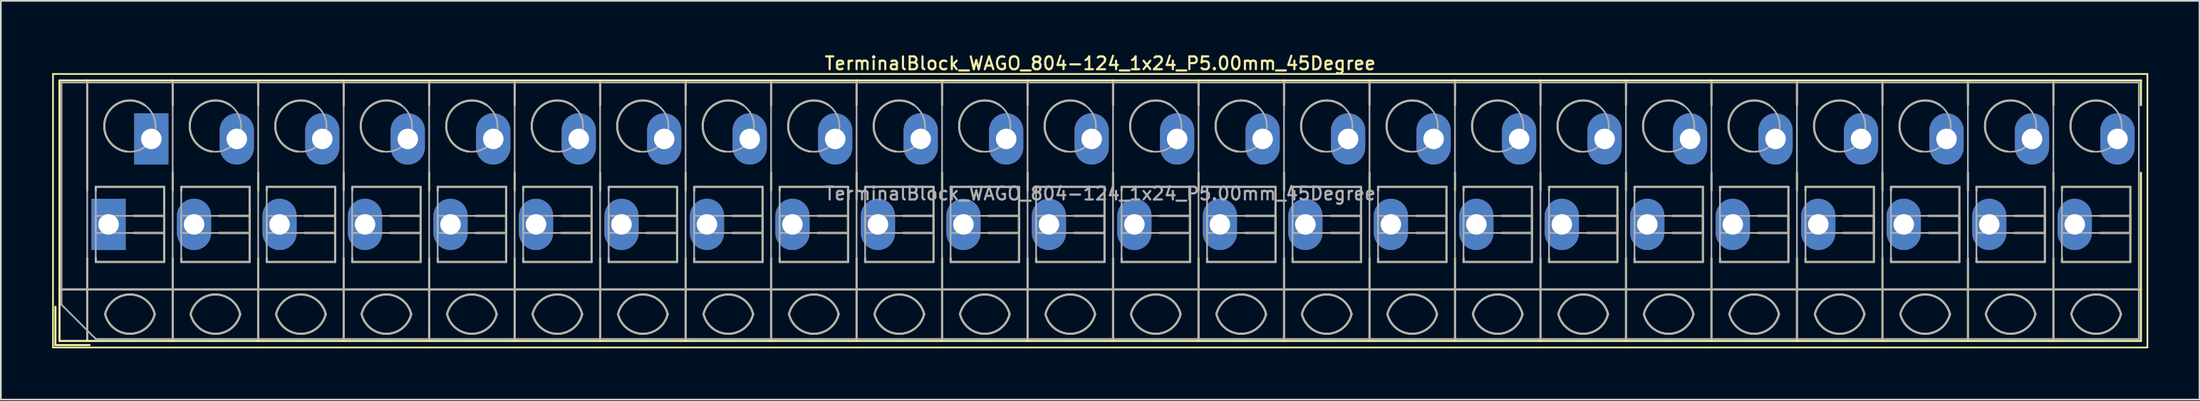
<source format=kicad_pcb>
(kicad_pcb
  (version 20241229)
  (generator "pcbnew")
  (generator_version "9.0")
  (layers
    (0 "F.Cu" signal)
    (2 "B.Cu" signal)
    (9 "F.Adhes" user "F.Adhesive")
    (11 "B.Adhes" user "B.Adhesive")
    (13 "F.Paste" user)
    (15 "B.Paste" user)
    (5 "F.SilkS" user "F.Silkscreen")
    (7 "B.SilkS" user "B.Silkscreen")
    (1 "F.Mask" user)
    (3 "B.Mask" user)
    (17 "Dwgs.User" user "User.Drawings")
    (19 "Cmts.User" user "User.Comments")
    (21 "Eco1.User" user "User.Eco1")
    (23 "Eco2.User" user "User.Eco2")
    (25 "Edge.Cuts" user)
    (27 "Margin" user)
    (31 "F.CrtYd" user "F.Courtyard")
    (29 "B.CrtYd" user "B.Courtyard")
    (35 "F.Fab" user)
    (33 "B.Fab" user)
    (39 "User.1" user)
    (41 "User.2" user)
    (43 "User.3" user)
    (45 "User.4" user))
  (footprint "TerminalBlock_WAGO_804-124_1x24_P5.00mm_45Degree"
    (layer "F.Cu")
    (at 3.3 10.078)
    (property "Reference" "TerminalBlock_WAGO_804-124_1x24_P5.00mm_45Degree" (at 58 -9.42 0) (layer "F.SilkS") (effects (font (size 0.75 0.75) (thickness 0.125))))
    (attr through_hole)
    (fp_line (start -3.25 -8.8) (end -3.25 7.2) (stroke (width 0.1) (type solid)) (layer "F.SilkS"))
    (fp_line (start -3.25 7.2) (end 119.25 7.2) (stroke (width 0.1) (type solid)) (layer "F.SilkS"))
    (fp_line (start -3.11 4.82) (end -3.11 7.06) (stroke (width 0.12) (type solid)) (layer "F.SilkS"))
    (fp_line (start -3.11 7.06) (end -1.11 7.06) (stroke (width 0.12) (type solid)) (layer "F.SilkS"))
    (fp_line (start -2.87 -8.42) (end -2.87 6.82) (stroke (width 0.12) (type solid)) (layer "F.SilkS"))
    (fp_line (start -2.87 -8.42) (end 118.87 -8.42) (stroke (width 0.12) (type solid)) (layer "F.SilkS"))
    (fp_line (start -2.87 3.8) (end 118.87 3.8) (stroke (width 0.12) (type solid)) (layer "F.SilkS"))
    (fp_line (start -2.87 6.82) (end 118.87 6.82) (stroke (width 0.12) (type solid)) (layer "F.SilkS"))
    (fp_line (start -1.25 -8.42) (end -1.25 -1.98) (stroke (width 0.12) (type solid)) (layer "F.SilkS"))
    (fp_line (start -1.25 1.98) (end -1.25 6.82) (stroke (width 0.12) (type solid)) (layer "F.SilkS"))
    (fp_line (start -0.75 -2.2) (end -0.75 -1.98) (stroke (width 0.12) (type solid)) (layer "F.SilkS"))
    (fp_line (start -0.75 -2.2) (end 3.25 -2.2) (stroke (width 0.12) (type solid)) (layer "F.SilkS"))
    (fp_line (start -0.75 1.98) (end -0.75 2.2) (stroke (width 0.12) (type solid)) (layer "F.SilkS"))
    (fp_line (start -0.75 2.2) (end 3.25 2.2) (stroke (width 0.12) (type solid)) (layer "F.SilkS"))
    (fp_line (start 1.48 -0.5) (end 3.25 -0.5) (stroke (width 0.12) (type solid)) (layer "F.SilkS"))
    (fp_line (start 1.48 0.5) (end 3.25 0.5) (stroke (width 0.12) (type solid)) (layer "F.SilkS"))
    (fp_line (start 3.25 -2.2) (end 3.25 2.2) (stroke (width 0.12) (type solid)) (layer "F.SilkS"))
    (fp_line (start 3.25 -0.5) (end 3.25 0.5) (stroke (width 0.12) (type solid)) (layer "F.SilkS"))
    (fp_line (start 3.75 -8.42) (end 3.75 -6.98) (stroke (width 0.12) (type solid)) (layer "F.SilkS"))
    (fp_line (start 3.75 -3.02) (end 3.75 -1.98) (stroke (width 0.12) (type solid)) (layer "F.SilkS"))
    (fp_line (start 3.75 1.98) (end 3.75 6.82) (stroke (width 0.12) (type solid)) (layer "F.SilkS"))
    (fp_line (start 4.25 -2.2) (end 4.25 -1.98) (stroke (width 0.12) (type solid)) (layer "F.SilkS"))
    (fp_line (start 4.25 -2.2) (end 8.25 -2.2) (stroke (width 0.12) (type solid)) (layer "F.SilkS"))
    (fp_line (start 4.25 1.98) (end 4.25 2.2) (stroke (width 0.12) (type solid)) (layer "F.SilkS"))
    (fp_line (start 4.25 2.2) (end 8.25 2.2) (stroke (width 0.12) (type solid)) (layer "F.SilkS"))
    (fp_line (start 6.48 -0.5) (end 8.25 -0.5) (stroke (width 0.12) (type solid)) (layer "F.SilkS"))
    (fp_line (start 6.48 0.5) (end 8.25 0.5) (stroke (width 0.12) (type solid)) (layer "F.SilkS"))
    (fp_line (start 8.25 -2.2) (end 8.25 2.2) (stroke (width 0.12) (type solid)) (layer "F.SilkS"))
    (fp_line (start 8.25 -0.5) (end 8.25 0.5) (stroke (width 0.12) (type solid)) (layer "F.SilkS"))
    (fp_line (start 8.75 -8.42) (end 8.75 -6.98) (stroke (width 0.12) (type solid)) (layer "F.SilkS"))
    (fp_line (start 8.75 -3.02) (end 8.75 -1.98) (stroke (width 0.12) (type solid)) (layer "F.SilkS"))
    (fp_line (start 8.75 1.98) (end 8.75 6.82) (stroke (width 0.12) (type solid)) (layer "F.SilkS"))
    (fp_line (start 9.25 -2.2) (end 9.25 -1.98) (stroke (width 0.12) (type solid)) (layer "F.SilkS"))
    (fp_line (start 9.25 -2.2) (end 13.25 -2.2) (stroke (width 0.12) (type solid)) (layer "F.SilkS"))
    (fp_line (start 9.25 1.98) (end 9.25 2.2) (stroke (width 0.12) (type solid)) (layer "F.SilkS"))
    (fp_line (start 9.25 2.2) (end 13.25 2.2) (stroke (width 0.12) (type solid)) (layer "F.SilkS"))
    (fp_line (start 11.48 -0.5) (end 13.25 -0.5) (stroke (width 0.12) (type solid)) (layer "F.SilkS"))
    (fp_line (start 11.48 0.5) (end 13.25 0.5) (stroke (width 0.12) (type solid)) (layer "F.SilkS"))
    (fp_line (start 13.25 -2.2) (end 13.25 2.2) (stroke (width 0.12) (type solid)) (layer "F.SilkS"))
    (fp_line (start 13.25 -0.5) (end 13.25 0.5) (stroke (width 0.12) (type solid)) (layer "F.SilkS"))
    (fp_line (start 13.75 -8.42) (end 13.75 -6.98) (stroke (width 0.12) (type solid)) (layer "F.SilkS"))
    (fp_line (start 13.75 -3.02) (end 13.75 -1.98) (stroke (width 0.12) (type solid)) (layer "F.SilkS"))
    (fp_line (start 13.75 1.98) (end 13.75 6.82) (stroke (width 0.12) (type solid)) (layer "F.SilkS"))
    (fp_line (start 14.25 -2.2) (end 14.25 -1.98) (stroke (width 0.12) (type solid)) (layer "F.SilkS"))
    (fp_line (start 14.25 -2.2) (end 18.25 -2.2) (stroke (width 0.12) (type solid)) (layer "F.SilkS"))
    (fp_line (start 14.25 1.98) (end 14.25 2.2) (stroke (width 0.12) (type solid)) (layer "F.SilkS"))
    (fp_line (start 14.25 2.2) (end 18.25 2.2) (stroke (width 0.12) (type solid)) (layer "F.SilkS"))
    (fp_line (start 16.48 -0.5) (end 18.25 -0.5) (stroke (width 0.12) (type solid)) (layer "F.SilkS"))
    (fp_line (start 16.48 0.5) (end 18.25 0.5) (stroke (width 0.12) (type solid)) (layer "F.SilkS"))
    (fp_line (start 18.25 -2.2) (end 18.25 2.2) (stroke (width 0.12) (type solid)) (layer "F.SilkS"))
    (fp_line (start 18.25 -0.5) (end 18.25 0.5) (stroke (width 0.12) (type solid)) (layer "F.SilkS"))
    (fp_line (start 18.75 -8.42) (end 18.75 -6.98) (stroke (width 0.12) (type solid)) (layer "F.SilkS"))
    (fp_line (start 18.75 -3.02) (end 18.75 -1.98) (stroke (width 0.12) (type solid)) (layer "F.SilkS"))
    (fp_line (start 18.75 1.98) (end 18.75 6.82) (stroke (width 0.12) (type solid)) (layer "F.SilkS"))
    (fp_line (start 19.25 -2.2) (end 19.25 -1.98) (stroke (width 0.12) (type solid)) (layer "F.SilkS"))
    (fp_line (start 19.25 -2.2) (end 23.25 -2.2) (stroke (width 0.12) (type solid)) (layer "F.SilkS"))
    (fp_line (start 19.25 1.98) (end 19.25 2.2) (stroke (width 0.12) (type solid)) (layer "F.SilkS"))
    (fp_line (start 19.25 2.2) (end 23.25 2.2) (stroke (width 0.12) (type solid)) (layer "F.SilkS"))
    (fp_line (start 21.48 -0.5) (end 23.25 -0.5) (stroke (width 0.12) (type solid)) (layer "F.SilkS"))
    (fp_line (start 21.48 0.5) (end 23.25 0.5) (stroke (width 0.12) (type solid)) (layer "F.SilkS"))
    (fp_line (start 23.25 -2.2) (end 23.25 2.2) (stroke (width 0.12) (type solid)) (layer "F.SilkS"))
    (fp_line (start 23.25 -0.5) (end 23.25 0.5) (stroke (width 0.12) (type solid)) (layer "F.SilkS"))
    (fp_line (start 23.75 -8.42) (end 23.75 -6.98) (stroke (width 0.12) (type solid)) (layer "F.SilkS"))
    (fp_line (start 23.75 -3.02) (end 23.75 -1.98) (stroke (width 0.12) (type solid)) (layer "F.SilkS"))
    (fp_line (start 23.75 1.98) (end 23.75 6.82) (stroke (width 0.12) (type solid)) (layer "F.SilkS"))
    (fp_line (start 24.25 -2.2) (end 24.25 -1.98) (stroke (width 0.12) (type solid)) (layer "F.SilkS"))
    (fp_line (start 24.25 -2.2) (end 28.25 -2.2) (stroke (width 0.12) (type solid)) (layer "F.SilkS"))
    (fp_line (start 24.25 1.98) (end 24.25 2.2) (stroke (width 0.12) (type solid)) (layer "F.SilkS"))
    (fp_line (start 24.25 2.2) (end 28.25 2.2) (stroke (width 0.12) (type solid)) (layer "F.SilkS"))
    (fp_line (start 26.48 -0.5) (end 28.25 -0.5) (stroke (width 0.12) (type solid)) (layer "F.SilkS"))
    (fp_line (start 26.48 0.5) (end 28.25 0.5) (stroke (width 0.12) (type solid)) (layer "F.SilkS"))
    (fp_line (start 28.25 -2.2) (end 28.25 2.2) (stroke (width 0.12) (type solid)) (layer "F.SilkS"))
    (fp_line (start 28.25 -0.5) (end 28.25 0.5) (stroke (width 0.12) (type solid)) (layer "F.SilkS"))
    (fp_line (start 28.75 -8.42) (end 28.75 -6.98) (stroke (width 0.12) (type solid)) (layer "F.SilkS"))
    (fp_line (start 28.75 -3.02) (end 28.75 -1.98) (stroke (width 0.12) (type solid)) (layer "F.SilkS"))
    (fp_line (start 28.75 1.98) (end 28.75 6.82) (stroke (width 0.12) (type solid)) (layer "F.SilkS"))
    (fp_line (start 29.25 -2.2) (end 29.25 -1.98) (stroke (width 0.12) (type solid)) (layer "F.SilkS"))
    (fp_line (start 29.25 -2.2) (end 33.25 -2.2) (stroke (width 0.12) (type solid)) (layer "F.SilkS"))
    (fp_line (start 29.25 1.98) (end 29.25 2.2) (stroke (width 0.12) (type solid)) (layer "F.SilkS"))
    (fp_line (start 29.25 2.2) (end 33.25 2.2) (stroke (width 0.12) (type solid)) (layer "F.SilkS"))
    (fp_line (start 31.48 -0.5) (end 33.25 -0.5) (stroke (width 0.12) (type solid)) (layer "F.SilkS"))
    (fp_line (start 31.48 0.5) (end 33.25 0.5) (stroke (width 0.12) (type solid)) (layer "F.SilkS"))
    (fp_line (start 33.25 -2.2) (end 33.25 2.2) (stroke (width 0.12) (type solid)) (layer "F.SilkS"))
    (fp_line (start 33.25 -0.5) (end 33.25 0.5) (stroke (width 0.12) (type solid)) (layer "F.SilkS"))
    (fp_line (start 33.75 -8.42) (end 33.75 -6.98) (stroke (width 0.12) (type solid)) (layer "F.SilkS"))
    (fp_line (start 33.75 -3.02) (end 33.75 -1.98) (stroke (width 0.12) (type solid)) (layer "F.SilkS"))
    (fp_line (start 33.75 1.98) (end 33.75 6.82) (stroke (width 0.12) (type solid)) (layer "F.SilkS"))
    (fp_line (start 34.25 -2.2) (end 34.25 -1.98) (stroke (width 0.12) (type solid)) (layer "F.SilkS"))
    (fp_line (start 34.25 -2.2) (end 38.25 -2.2) (stroke (width 0.12) (type solid)) (layer "F.SilkS"))
    (fp_line (start 34.25 1.98) (end 34.25 2.2) (stroke (width 0.12) (type solid)) (layer "F.SilkS"))
    (fp_line (start 34.25 2.2) (end 38.25 2.2) (stroke (width 0.12) (type solid)) (layer "F.SilkS"))
    (fp_line (start 36.48 -0.5) (end 38.25 -0.5) (stroke (width 0.12) (type solid)) (layer "F.SilkS"))
    (fp_line (start 36.48 0.5) (end 38.25 0.5) (stroke (width 0.12) (type solid)) (layer "F.SilkS"))
    (fp_line (start 38.25 -2.2) (end 38.25 2.2) (stroke (width 0.12) (type solid)) (layer "F.SilkS"))
    (fp_line (start 38.25 -0.5) (end 38.25 0.5) (stroke (width 0.12) (type solid)) (layer "F.SilkS"))
    (fp_line (start 38.75 -8.42) (end 38.75 -6.98) (stroke (width 0.12) (type solid)) (layer "F.SilkS"))
    (fp_line (start 38.75 -3.02) (end 38.75 -1.98) (stroke (width 0.12) (type solid)) (layer "F.SilkS"))
    (fp_line (start 38.75 1.98) (end 38.75 6.82) (stroke (width 0.12) (type solid)) (layer "F.SilkS"))
    (fp_line (start 39.25 -2.2) (end 39.25 -1.98) (stroke (width 0.12) (type solid)) (layer "F.SilkS"))
    (fp_line (start 39.25 -2.2) (end 43.25 -2.2) (stroke (width 0.12) (type solid)) (layer "F.SilkS"))
    (fp_line (start 39.25 1.98) (end 39.25 2.2) (stroke (width 0.12) (type solid)) (layer "F.SilkS"))
    (fp_line (start 39.25 2.2) (end 43.25 2.2) (stroke (width 0.12) (type solid)) (layer "F.SilkS"))
    (fp_line (start 41.48 -0.5) (end 43.25 -0.5) (stroke (width 0.12) (type solid)) (layer "F.SilkS"))
    (fp_line (start 41.48 0.5) (end 43.25 0.5) (stroke (width 0.12) (type solid)) (layer "F.SilkS"))
    (fp_line (start 43.25 -2.2) (end 43.25 2.2) (stroke (width 0.12) (type solid)) (layer "F.SilkS"))
    (fp_line (start 43.25 -0.5) (end 43.25 0.5) (stroke (width 0.12) (type solid)) (layer "F.SilkS"))
    (fp_line (start 43.75 -8.42) (end 43.75 -6.98) (stroke (width 0.12) (type solid)) (layer "F.SilkS"))
    (fp_line (start 43.75 -3.02) (end 43.75 -1.98) (stroke (width 0.12) (type solid)) (layer "F.SilkS"))
    (fp_line (start 43.75 1.98) (end 43.75 6.82) (stroke (width 0.12) (type solid)) (layer "F.SilkS"))
    (fp_line (start 44.25 -2.2) (end 44.25 -1.98) (stroke (width 0.12) (type solid)) (layer "F.SilkS"))
    (fp_line (start 44.25 -2.2) (end 48.25 -2.2) (stroke (width 0.12) (type solid)) (layer "F.SilkS"))
    (fp_line (start 44.25 1.98) (end 44.25 2.2) (stroke (width 0.12) (type solid)) (layer "F.SilkS"))
    (fp_line (start 44.25 2.2) (end 48.25 2.2) (stroke (width 0.12) (type solid)) (layer "F.SilkS"))
    (fp_line (start 46.48 -0.5) (end 48.25 -0.5) (stroke (width 0.12) (type solid)) (layer "F.SilkS"))
    (fp_line (start 46.48 0.5) (end 48.25 0.5) (stroke (width 0.12) (type solid)) (layer "F.SilkS"))
    (fp_line (start 48.25 -2.2) (end 48.25 2.2) (stroke (width 0.12) (type solid)) (layer "F.SilkS"))
    (fp_line (start 48.25 -0.5) (end 48.25 0.5) (stroke (width 0.12) (type solid)) (layer "F.SilkS"))
    (fp_line (start 48.75 -8.42) (end 48.75 -6.98) (stroke (width 0.12) (type solid)) (layer "F.SilkS"))
    (fp_line (start 48.75 -3.02) (end 48.75 -1.98) (stroke (width 0.12) (type solid)) (layer "F.SilkS"))
    (fp_line (start 48.75 1.98) (end 48.75 6.82) (stroke (width 0.12) (type solid)) (layer "F.SilkS"))
    (fp_line (start 49.25 -2.2) (end 49.25 -1.98) (stroke (width 0.12) (type solid)) (layer "F.SilkS"))
    (fp_line (start 49.25 -2.2) (end 53.25 -2.2) (stroke (width 0.12) (type solid)) (layer "F.SilkS"))
    (fp_line (start 49.25 1.98) (end 49.25 2.2) (stroke (width 0.12) (type solid)) (layer "F.SilkS"))
    (fp_line (start 49.25 2.2) (end 53.25 2.2) (stroke (width 0.12) (type solid)) (layer "F.SilkS"))
    (fp_line (start 51.48 -0.5) (end 53.25 -0.5) (stroke (width 0.12) (type solid)) (layer "F.SilkS"))
    (fp_line (start 51.48 0.5) (end 53.25 0.5) (stroke (width 0.12) (type solid)) (layer "F.SilkS"))
    (fp_line (start 53.25 -2.2) (end 53.25 2.2) (stroke (width 0.12) (type solid)) (layer "F.SilkS"))
    (fp_line (start 53.25 -0.5) (end 53.25 0.5) (stroke (width 0.12) (type solid)) (layer "F.SilkS"))
    (fp_line (start 53.75 -8.42) (end 53.75 -6.98) (stroke (width 0.12) (type solid)) (layer "F.SilkS"))
    (fp_line (start 53.75 -3.02) (end 53.75 -1.98) (stroke (width 0.12) (type solid)) (layer "F.SilkS"))
    (fp_line (start 53.75 1.98) (end 53.75 6.82) (stroke (width 0.12) (type solid)) (layer "F.SilkS"))
    (fp_line (start 54.25 -2.2) (end 54.25 -1.98) (stroke (width 0.12) (type solid)) (layer "F.SilkS"))
    (fp_line (start 54.25 -2.2) (end 58.25 -2.2) (stroke (width 0.12) (type solid)) (layer "F.SilkS"))
    (fp_line (start 54.25 1.98) (end 54.25 2.2) (stroke (width 0.12) (type solid)) (layer "F.SilkS"))
    (fp_line (start 54.25 2.2) (end 58.25 2.2) (stroke (width 0.12) (type solid)) (layer "F.SilkS"))
    (fp_line (start 56.48 -0.5) (end 58.25 -0.5) (stroke (width 0.12) (type solid)) (layer "F.SilkS"))
    (fp_line (start 56.48 0.5) (end 58.25 0.5) (stroke (width 0.12) (type solid)) (layer "F.SilkS"))
    (fp_line (start 58.25 -2.2) (end 58.25 2.2) (stroke (width 0.12) (type solid)) (layer "F.SilkS"))
    (fp_line (start 58.25 -0.5) (end 58.25 0.5) (stroke (width 0.12) (type solid)) (layer "F.SilkS"))
    (fp_line (start 58.75 -8.42) (end 58.75 -6.98) (stroke (width 0.12) (type solid)) (layer "F.SilkS"))
    (fp_line (start 58.75 -3.02) (end 58.75 -1.98) (stroke (width 0.12) (type solid)) (layer "F.SilkS"))
    (fp_line (start 58.75 1.98) (end 58.75 6.82) (stroke (width 0.12) (type solid)) (layer "F.SilkS"))
    (fp_line (start 59.25 -2.2) (end 59.25 -1.98) (stroke (width 0.12) (type solid)) (layer "F.SilkS"))
    (fp_line (start 59.25 -2.2) (end 63.25 -2.2) (stroke (width 0.12) (type solid)) (layer "F.SilkS"))
    (fp_line (start 59.25 1.98) (end 59.25 2.2) (stroke (width 0.12) (type solid)) (layer "F.SilkS"))
    (fp_line (start 59.25 2.2) (end 63.25 2.2) (stroke (width 0.12) (type solid)) (layer "F.SilkS"))
    (fp_line (start 61.48 -0.5) (end 63.25 -0.5) (stroke (width 0.12) (type solid)) (layer "F.SilkS"))
    (fp_line (start 61.48 0.5) (end 63.25 0.5) (stroke (width 0.12) (type solid)) (layer "F.SilkS"))
    (fp_line (start 63.25 -2.2) (end 63.25 2.2) (stroke (width 0.12) (type solid)) (layer "F.SilkS"))
    (fp_line (start 63.25 -0.5) (end 63.25 0.5) (stroke (width 0.12) (type solid)) (layer "F.SilkS"))
    (fp_line (start 63.75 -8.42) (end 63.75 -6.98) (stroke (width 0.12) (type solid)) (layer "F.SilkS"))
    (fp_line (start 63.75 -3.02) (end 63.75 -1.98) (stroke (width 0.12) (type solid)) (layer "F.SilkS"))
    (fp_line (start 63.75 1.98) (end 63.75 6.82) (stroke (width 0.12) (type solid)) (layer "F.SilkS"))
    (fp_line (start 64.25 -2.2) (end 64.25 -1.98) (stroke (width 0.12) (type solid)) (layer "F.SilkS"))
    (fp_line (start 64.25 -2.2) (end 68.25 -2.2) (stroke (width 0.12) (type solid)) (layer "F.SilkS"))
    (fp_line (start 64.25 1.98) (end 64.25 2.2) (stroke (width 0.12) (type solid)) (layer "F.SilkS"))
    (fp_line (start 64.25 2.2) (end 68.25 2.2) (stroke (width 0.12) (type solid)) (layer "F.SilkS"))
    (fp_line (start 66.48 -0.5) (end 68.25 -0.5) (stroke (width 0.12) (type solid)) (layer "F.SilkS"))
    (fp_line (start 66.48 0.5) (end 68.25 0.5) (stroke (width 0.12) (type solid)) (layer "F.SilkS"))
    (fp_line (start 68.25 -2.2) (end 68.25 2.2) (stroke (width 0.12) (type solid)) (layer "F.SilkS"))
    (fp_line (start 68.25 -0.5) (end 68.25 0.5) (stroke (width 0.12) (type solid)) (layer "F.SilkS"))
    (fp_line (start 68.75 -8.42) (end 68.75 -6.98) (stroke (width 0.12) (type solid)) (layer "F.SilkS"))
    (fp_line (start 68.75 -3.02) (end 68.75 -1.98) (stroke (width 0.12) (type solid)) (layer "F.SilkS"))
    (fp_line (start 68.75 1.98) (end 68.75 6.82) (stroke (width 0.12) (type solid)) (layer "F.SilkS"))
    (fp_line (start 69.25 -2.2) (end 69.25 -1.98) (stroke (width 0.12) (type solid)) (layer "F.SilkS"))
    (fp_line (start 69.25 -2.2) (end 73.25 -2.2) (stroke (width 0.12) (type solid)) (layer "F.SilkS"))
    (fp_line (start 69.25 1.98) (end 69.25 2.2) (stroke (width 0.12) (type solid)) (layer "F.SilkS"))
    (fp_line (start 69.25 2.2) (end 73.25 2.2) (stroke (width 0.12) (type solid)) (layer "F.SilkS"))
    (fp_line (start 71.48 -0.5) (end 73.25 -0.5) (stroke (width 0.12) (type solid)) (layer "F.SilkS"))
    (fp_line (start 71.48 0.5) (end 73.25 0.5) (stroke (width 0.12) (type solid)) (layer "F.SilkS"))
    (fp_line (start 73.25 -2.2) (end 73.25 2.2) (stroke (width 0.12) (type solid)) (layer "F.SilkS"))
    (fp_line (start 73.25 -0.5) (end 73.25 0.5) (stroke (width 0.12) (type solid)) (layer "F.SilkS"))
    (fp_line (start 73.75 -8.42) (end 73.75 -6.98) (stroke (width 0.12) (type solid)) (layer "F.SilkS"))
    (fp_line (start 73.75 -3.02) (end 73.75 -1.98) (stroke (width 0.12) (type solid)) (layer "F.SilkS"))
    (fp_line (start 73.75 1.98) (end 73.75 6.82) (stroke (width 0.12) (type solid)) (layer "F.SilkS"))
    (fp_line (start 74.25 -2.2) (end 74.25 -1.98) (stroke (width 0.12) (type solid)) (layer "F.SilkS"))
    (fp_line (start 74.25 -2.2) (end 78.25 -2.2) (stroke (width 0.12) (type solid)) (layer "F.SilkS"))
    (fp_line (start 74.25 1.98) (end 74.25 2.2) (stroke (width 0.12) (type solid)) (layer "F.SilkS"))
    (fp_line (start 74.25 2.2) (end 78.25 2.2) (stroke (width 0.12) (type solid)) (layer "F.SilkS"))
    (fp_line (start 76.48 -0.5) (end 78.25 -0.5) (stroke (width 0.12) (type solid)) (layer "F.SilkS"))
    (fp_line (start 76.48 0.5) (end 78.25 0.5) (stroke (width 0.12) (type solid)) (layer "F.SilkS"))
    (fp_line (start 78.25 -2.2) (end 78.25 2.2) (stroke (width 0.12) (type solid)) (layer "F.SilkS"))
    (fp_line (start 78.25 -0.5) (end 78.25 0.5) (stroke (width 0.12) (type solid)) (layer "F.SilkS"))
    (fp_line (start 78.75 -8.42) (end 78.75 -6.98) (stroke (width 0.12) (type solid)) (layer "F.SilkS"))
    (fp_line (start 78.75 -3.02) (end 78.75 -1.98) (stroke (width 0.12) (type solid)) (layer "F.SilkS"))
    (fp_line (start 78.75 1.98) (end 78.75 6.82) (stroke (width 0.12) (type solid)) (layer "F.SilkS"))
    (fp_line (start 79.25 -2.2) (end 79.25 -1.98) (stroke (width 0.12) (type solid)) (layer "F.SilkS"))
    (fp_line (start 79.25 -2.2) (end 83.25 -2.2) (stroke (width 0.12) (type solid)) (layer "F.SilkS"))
    (fp_line (start 79.25 1.98) (end 79.25 2.2) (stroke (width 0.12) (type solid)) (layer "F.SilkS"))
    (fp_line (start 79.25 2.2) (end 83.25 2.2) (stroke (width 0.12) (type solid)) (layer "F.SilkS"))
    (fp_line (start 81.48 -0.5) (end 83.25 -0.5) (stroke (width 0.12) (type solid)) (layer "F.SilkS"))
    (fp_line (start 81.48 0.5) (end 83.25 0.5) (stroke (width 0.12) (type solid)) (layer "F.SilkS"))
    (fp_line (start 83.25 -2.2) (end 83.25 2.2) (stroke (width 0.12) (type solid)) (layer "F.SilkS"))
    (fp_line (start 83.25 -0.5) (end 83.25 0.5) (stroke (width 0.12) (type solid)) (layer "F.SilkS"))
    (fp_line (start 83.75 -8.42) (end 83.75 -6.98) (stroke (width 0.12) (type solid)) (layer "F.SilkS"))
    (fp_line (start 83.75 -3.02) (end 83.75 -1.98) (stroke (width 0.12) (type solid)) (layer "F.SilkS"))
    (fp_line (start 83.75 1.98) (end 83.75 6.82) (stroke (width 0.12) (type solid)) (layer "F.SilkS"))
    (fp_line (start 84.25 -2.2) (end 84.25 -1.98) (stroke (width 0.12) (type solid)) (layer "F.SilkS"))
    (fp_line (start 84.25 -2.2) (end 88.25 -2.2) (stroke (width 0.12) (type solid)) (layer "F.SilkS"))
    (fp_line (start 84.25 1.98) (end 84.25 2.2) (stroke (width 0.12) (type solid)) (layer "F.SilkS"))
    (fp_line (start 84.25 2.2) (end 88.25 2.2) (stroke (width 0.12) (type solid)) (layer "F.SilkS"))
    (fp_line (start 86.48 -0.5) (end 88.25 -0.5) (stroke (width 0.12) (type solid)) (layer "F.SilkS"))
    (fp_line (start 86.48 0.5) (end 88.25 0.5) (stroke (width 0.12) (type solid)) (layer "F.SilkS"))
    (fp_line (start 88.25 -2.2) (end 88.25 2.2) (stroke (width 0.12) (type solid)) (layer "F.SilkS"))
    (fp_line (start 88.25 -0.5) (end 88.25 0.5) (stroke (width 0.12) (type solid)) (layer "F.SilkS"))
    (fp_line (start 88.75 -8.42) (end 88.75 -6.98) (stroke (width 0.12) (type solid)) (layer "F.SilkS"))
    (fp_line (start 88.75 -3.02) (end 88.75 -1.98) (stroke (width 0.12) (type solid)) (layer "F.SilkS"))
    (fp_line (start 88.75 1.98) (end 88.75 6.82) (stroke (width 0.12) (type solid)) (layer "F.SilkS"))
    (fp_line (start 89.25 -2.2) (end 89.25 -1.98) (stroke (width 0.12) (type solid)) (layer "F.SilkS"))
    (fp_line (start 89.25 -2.2) (end 93.25 -2.2) (stroke (width 0.12) (type solid)) (layer "F.SilkS"))
    (fp_line (start 89.25 1.98) (end 89.25 2.2) (stroke (width 0.12) (type solid)) (layer "F.SilkS"))
    (fp_line (start 89.25 2.2) (end 93.25 2.2) (stroke (width 0.12) (type solid)) (layer "F.SilkS"))
    (fp_line (start 91.48 -0.5) (end 93.25 -0.5) (stroke (width 0.12) (type solid)) (layer "F.SilkS"))
    (fp_line (start 91.48 0.5) (end 93.25 0.5) (stroke (width 0.12) (type solid)) (layer "F.SilkS"))
    (fp_line (start 93.25 -2.2) (end 93.25 2.2) (stroke (width 0.12) (type solid)) (layer "F.SilkS"))
    (fp_line (start 93.25 -0.5) (end 93.25 0.5) (stroke (width 0.12) (type solid)) (layer "F.SilkS"))
    (fp_line (start 93.75 -8.42) (end 93.75 -6.98) (stroke (width 0.12) (type solid)) (layer "F.SilkS"))
    (fp_line (start 93.75 -3.02) (end 93.75 -1.98) (stroke (width 0.12) (type solid)) (layer "F.SilkS"))
    (fp_line (start 93.75 1.98) (end 93.75 6.82) (stroke (width 0.12) (type solid)) (layer "F.SilkS"))
    (fp_line (start 94.25 -2.2) (end 94.25 -1.98) (stroke (width 0.12) (type solid)) (layer "F.SilkS"))
    (fp_line (start 94.25 -2.2) (end 98.25 -2.2) (stroke (width 0.12) (type solid)) (layer "F.SilkS"))
    (fp_line (start 94.25 1.98) (end 94.25 2.2) (stroke (width 0.12) (type solid)) (layer "F.SilkS"))
    (fp_line (start 94.25 2.2) (end 98.25 2.2) (stroke (width 0.12) (type solid)) (layer "F.SilkS"))
    (fp_line (start 96.48 -0.5) (end 98.25 -0.5) (stroke (width 0.12) (type solid)) (layer "F.SilkS"))
    (fp_line (start 96.48 0.5) (end 98.25 0.5) (stroke (width 0.12) (type solid)) (layer "F.SilkS"))
    (fp_line (start 98.25 -2.2) (end 98.25 2.2) (stroke (width 0.12) (type solid)) (layer "F.SilkS"))
    (fp_line (start 98.25 -0.5) (end 98.25 0.5) (stroke (width 0.12) (type solid)) (layer "F.SilkS"))
    (fp_line (start 98.75 -8.42) (end 98.75 -6.98) (stroke (width 0.12) (type solid)) (layer "F.SilkS"))
    (fp_line (start 98.75 -3.02) (end 98.75 -1.98) (stroke (width 0.12) (type solid)) (layer "F.SilkS"))
    (fp_line (start 98.75 1.98) (end 98.75 6.82) (stroke (width 0.12) (type solid)) (layer "F.SilkS"))
    (fp_line (start 99.25 -2.2) (end 99.25 -1.98) (stroke (width 0.12) (type solid)) (layer "F.SilkS"))
    (fp_line (start 99.25 -2.2) (end 103.25 -2.2) (stroke (width 0.12) (type solid)) (layer "F.SilkS"))
    (fp_line (start 99.25 1.98) (end 99.25 2.2) (stroke (width 0.12) (type solid)) (layer "F.SilkS"))
    (fp_line (start 99.25 2.2) (end 103.25 2.2) (stroke (width 0.12) (type solid)) (layer "F.SilkS"))
    (fp_line (start 101.48 -0.5) (end 103.25 -0.5) (stroke (width 0.12) (type solid)) (layer "F.SilkS"))
    (fp_line (start 101.48 0.5) (end 103.25 0.5) (stroke (width 0.12) (type solid)) (layer "F.SilkS"))
    (fp_line (start 103.25 -2.2) (end 103.25 2.2) (stroke (width 0.12) (type solid)) (layer "F.SilkS"))
    (fp_line (start 103.25 -0.5) (end 103.25 0.5) (stroke (width 0.12) (type solid)) (layer "F.SilkS"))
    (fp_line (start 103.75 -8.42) (end 103.75 -6.98) (stroke (width 0.12) (type solid)) (layer "F.SilkS"))
    (fp_line (start 103.75 -3.02) (end 103.75 -1.98) (stroke (width 0.12) (type solid)) (layer "F.SilkS"))
    (fp_line (start 103.75 1.98) (end 103.75 6.82) (stroke (width 0.12) (type solid)) (layer "F.SilkS"))
    (fp_line (start 104.25 -2.2) (end 104.25 -1.98) (stroke (width 0.12) (type solid)) (layer "F.SilkS"))
    (fp_line (start 104.25 -2.2) (end 108.25 -2.2) (stroke (width 0.12) (type solid)) (layer "F.SilkS"))
    (fp_line (start 104.25 1.98) (end 104.25 2.2) (stroke (width 0.12) (type solid)) (layer "F.SilkS"))
    (fp_line (start 104.25 2.2) (end 108.25 2.2) (stroke (width 0.12) (type solid)) (layer "F.SilkS"))
    (fp_line (start 106.48 -0.5) (end 108.25 -0.5) (stroke (width 0.12) (type solid)) (layer "F.SilkS"))
    (fp_line (start 106.48 0.5) (end 108.25 0.5) (stroke (width 0.12) (type solid)) (layer "F.SilkS"))
    (fp_line (start 108.25 -2.2) (end 108.25 2.2) (stroke (width 0.12) (type solid)) (layer "F.SilkS"))
    (fp_line (start 108.25 -0.5) (end 108.25 0.5) (stroke (width 0.12) (type solid)) (layer "F.SilkS"))
    (fp_line (start 108.75 -8.42) (end 108.75 -6.98) (stroke (width 0.12) (type solid)) (layer "F.SilkS"))
    (fp_line (start 108.75 -3.02) (end 108.75 -1.98) (stroke (width 0.12) (type solid)) (layer "F.SilkS"))
    (fp_line (start 108.75 1.98) (end 108.75 6.82) (stroke (width 0.12) (type solid)) (layer "F.SilkS"))
    (fp_line (start 109.25 -2.2) (end 109.25 -1.98) (stroke (width 0.12) (type solid)) (layer "F.SilkS"))
    (fp_line (start 109.25 -2.2) (end 113.25 -2.2) (stroke (width 0.12) (type solid)) (layer "F.SilkS"))
    (fp_line (start 109.25 1.98) (end 109.25 2.2) (stroke (width 0.12) (type solid)) (layer "F.SilkS"))
    (fp_line (start 109.25 2.2) (end 113.25 2.2) (stroke (width 0.12) (type solid)) (layer "F.SilkS"))
    (fp_line (start 111.48 -0.5) (end 113.25 -0.5) (stroke (width 0.12) (type solid)) (layer "F.SilkS"))
    (fp_line (start 111.48 0.5) (end 113.25 0.5) (stroke (width 0.12) (type solid)) (layer "F.SilkS"))
    (fp_line (start 113.25 -2.2) (end 113.25 2.2) (stroke (width 0.12) (type solid)) (layer "F.SilkS"))
    (fp_line (start 113.25 -0.5) (end 113.25 0.5) (stroke (width 0.12) (type solid)) (layer "F.SilkS"))
    (fp_line (start 113.75 -8.42) (end 113.75 -6.98) (stroke (width 0.12) (type solid)) (layer "F.SilkS"))
    (fp_line (start 113.75 -3.02) (end 113.75 -1.98) (stroke (width 0.12) (type solid)) (layer "F.SilkS"))
    (fp_line (start 113.75 1.98) (end 113.75 6.82) (stroke (width 0.12) (type solid)) (layer "F.SilkS"))
    (fp_line (start 114.25 -2.2) (end 114.25 -1.98) (stroke (width 0.12) (type solid)) (layer "F.SilkS"))
    (fp_line (start 114.25 -2.2) (end 118.25 -2.2) (stroke (width 0.12) (type solid)) (layer "F.SilkS"))
    (fp_line (start 114.25 1.98) (end 114.25 2.2) (stroke (width 0.12) (type solid)) (layer "F.SilkS"))
    (fp_line (start 114.25 2.2) (end 118.25 2.2) (stroke (width 0.12) (type solid)) (layer "F.SilkS"))
    (fp_line (start 116.48 -0.5) (end 118.25 -0.5) (stroke (width 0.12) (type solid)) (layer "F.SilkS"))
    (fp_line (start 116.48 0.5) (end 118.25 0.5) (stroke (width 0.12) (type solid)) (layer "F.SilkS"))
    (fp_line (start 118.25 -2.2) (end 118.25 2.2) (stroke (width 0.12) (type solid)) (layer "F.SilkS"))
    (fp_line (start 118.25 -0.5) (end 118.25 0.5) (stroke (width 0.12) (type solid)) (layer "F.SilkS"))
    (fp_line (start 118.87 -8.42) (end 118.87 -6.98) (stroke (width 0.12) (type solid)) (layer "F.SilkS"))
    (fp_line (start 118.87 -3.02) (end 118.87 6.82) (stroke (width 0.12) (type solid)) (layer "F.SilkS"))
    (fp_line (start 119.25 -8.8) (end -3.25 -8.8) (stroke (width 0.1) (type solid)) (layer "F.SilkS"))
    (fp_line (start 119.25 7.2) (end 119.25 -8.8) (stroke (width 0.1) (type solid)) (layer "F.SilkS"))
    (fp_arc (start -0.200865 5.250424) (mid 1.250296 4.099926) (end 2.701 5.251) (stroke (width 0.12) (type solid)) (layer "F.SilkS"))
    (fp_arc (start 1.040798 -4.264067) (mid -0.146039 -6.300306) (end 2.111 -6.979) (stroke (width 0.12) (type solid)) (layer "F.SilkS"))
    (fp_arc (start 2.7 5.25) (mid 1.250068 6.400101) (end -0.199969 5.250133) (stroke (width 0.12) (type solid)) (layer "F.SilkS"))
    (fp_arc (start 4.799135 5.250424) (mid 6.250296 4.099926) (end 7.701 5.251) (stroke (width 0.12) (type solid)) (layer "F.SilkS"))
    (fp_arc (start 6.040798 -4.264067) (mid 4.853961 -6.300306) (end 7.111 -6.979) (stroke (width 0.12) (type solid)) (layer "F.SilkS"))
    (fp_arc (start 7.7 5.25) (mid 6.250068 6.400101) (end 4.800031 5.250133) (stroke (width 0.12) (type solid)) (layer "F.SilkS"))
    (fp_arc (start 9.799135 5.250424) (mid 11.250296 4.099926) (end 12.701 5.251) (stroke (width 0.12) (type solid)) (layer "F.SilkS"))
    (fp_arc (start 11.040798 -4.264067) (mid 9.853961 -6.300306) (end 12.111 -6.979) (stroke (width 0.12) (type solid)) (layer "F.SilkS"))
    (fp_arc (start 12.7 5.25) (mid 11.250068 6.400101) (end 9.800031 5.250133) (stroke (width 0.12) (type solid)) (layer "F.SilkS"))
    (fp_arc (start 14.799135 5.250424) (mid 16.250296 4.099926) (end 17.701 5.251) (stroke (width 0.12) (type solid)) (layer "F.SilkS"))
    (fp_arc (start 16.040798 -4.264067) (mid 14.853961 -6.300306) (end 17.111 -6.979) (stroke (width 0.12) (type solid)) (layer "F.SilkS"))
    (fp_arc (start 17.7 5.25) (mid 16.250068 6.400101) (end 14.800031 5.250133) (stroke (width 0.12) (type solid)) (layer "F.SilkS"))
    (fp_arc (start 19.799135 5.250424) (mid 21.250296 4.099926) (end 22.701 5.251) (stroke (width 0.12) (type solid)) (layer "F.SilkS"))
    (fp_arc (start 21.040798 -4.264067) (mid 19.853961 -6.300306) (end 22.111 -6.979) (stroke (width 0.12) (type solid)) (layer "F.SilkS"))
    (fp_arc (start 22.7 5.25) (mid 21.250068 6.400101) (end 19.800031 5.250133) (stroke (width 0.12) (type solid)) (layer "F.SilkS"))
    (fp_arc (start 24.799135 5.250424) (mid 26.250296 4.099926) (end 27.701 5.251) (stroke (width 0.12) (type solid)) (layer "F.SilkS"))
    (fp_arc (start 26.040798 -4.264067) (mid 24.853961 -6.300306) (end 27.111 -6.979) (stroke (width 0.12) (type solid)) (layer "F.SilkS"))
    (fp_arc (start 27.7 5.25) (mid 26.250068 6.400101) (end 24.800031 5.250133) (stroke (width 0.12) (type solid)) (layer "F.SilkS"))
    (fp_arc (start 29.799135 5.250424) (mid 31.250296 4.099926) (end 32.701 5.251) (stroke (width 0.12) (type solid)) (layer "F.SilkS"))
    (fp_arc (start 31.040798 -4.264067) (mid 29.853961 -6.300306) (end 32.111 -6.979) (stroke (width 0.12) (type solid)) (layer "F.SilkS"))
    (fp_arc (start 32.701 5.25) (mid 31.250296 6.401074) (end 29.799135 5.250576) (stroke (width 0.12) (type solid)) (layer "F.SilkS"))
    (fp_arc (start 34.799135 5.250424) (mid 36.250296 4.099926) (end 37.701 5.251) (stroke (width 0.12) (type solid)) (layer "F.SilkS"))
    (fp_arc (start 36.040798 -4.264067) (mid 34.853961 -6.300306) (end 37.111 -6.979) (stroke (width 0.12) (type solid)) (layer "F.SilkS"))
    (fp_arc (start 37.7 5.25) (mid 36.250068 6.400101) (end 34.800031 5.250133) (stroke (width 0.12) (type solid)) (layer "F.SilkS"))
    (fp_arc (start 39.799135 5.250424) (mid 41.250296 4.099926) (end 42.701 5.251) (stroke (width 0.12) (type solid)) (layer "F.SilkS"))
    (fp_arc (start 41.040798 -4.264067) (mid 39.853961 -6.300306) (end 42.111 -6.979) (stroke (width 0.12) (type solid)) (layer "F.SilkS"))
    (fp_arc (start 42.7 5.25) (mid 41.250068 6.400101) (end 39.800031 5.250133) (stroke (width 0.12) (type solid)) (layer "F.SilkS"))
    (fp_arc (start 44.799135 5.250424) (mid 46.250296 4.099926) (end 47.701 5.251) (stroke (width 0.12) (type solid)) (layer "F.SilkS"))
    (fp_arc (start 46.040798 -4.264067) (mid 44.853961 -6.300306) (end 47.111 -6.979) (stroke (width 0.12) (type solid)) (layer "F.SilkS"))
    (fp_arc (start 47.7 5.25) (mid 46.250068 6.400101) (end 44.800031 5.250133) (stroke (width 0.12) (type solid)) (layer "F.SilkS"))
    (fp_arc (start 49.799135 5.250424) (mid 51.250296 4.099926) (end 52.701 5.251) (stroke (width 0.12) (type solid)) (layer "F.SilkS"))
    (fp_arc (start 51.040798 -4.264067) (mid 49.853961 -6.300306) (end 52.111 -6.979) (stroke (width 0.12) (type solid)) (layer "F.SilkS"))
    (fp_arc (start 52.7 5.25) (mid 51.250068 6.400101) (end 49.800031 5.250133) (stroke (width 0.12) (type solid)) (layer "F.SilkS"))
    (fp_arc (start 54.799135 5.250424) (mid 56.250296 4.099926) (end 57.701 5.251) (stroke (width 0.12) (type solid)) (layer "F.SilkS"))
    (fp_arc (start 56.040798 -4.264067) (mid 54.853961 -6.300306) (end 57.111 -6.979) (stroke (width 0.12) (type solid)) (layer "F.SilkS"))
    (fp_arc (start 57.7 5.25) (mid 56.250068 6.400101) (end 54.800031 5.250133) (stroke (width 0.12) (type solid)) (layer "F.SilkS"))
    (fp_arc (start 59.799135 5.250424) (mid 61.250296 4.099926) (end 62.701 5.251) (stroke (width 0.12) (type solid)) (layer "F.SilkS"))
    (fp_arc (start 61.040798 -4.264067) (mid 59.853961 -6.300306) (end 62.111 -6.979) (stroke (width 0.12) (type solid)) (layer "F.SilkS"))
    (fp_arc (start 62.7 5.25) (mid 61.250068 6.400101) (end 59.800031 5.250133) (stroke (width 0.12) (type solid)) (layer "F.SilkS"))
    (fp_arc (start 64.799135 5.250424) (mid 66.250296 4.099926) (end 67.701 5.251) (stroke (width 0.12) (type solid)) (layer "F.SilkS"))
    (fp_arc (start 66.040798 -4.264067) (mid 64.853961 -6.300306) (end 67.111 -6.979) (stroke (width 0.12) (type solid)) (layer "F.SilkS"))
    (fp_arc (start 67.7 5.25) (mid 66.250068 6.400101) (end 64.800031 5.250133) (stroke (width 0.12) (type solid)) (layer "F.SilkS"))
    (fp_arc (start 69.799135 5.250424) (mid 71.250296 4.099926) (end 72.701 5.251) (stroke (width 0.12) (type solid)) (layer "F.SilkS"))
    (fp_arc (start 71.040798 -4.264067) (mid 69.853961 -6.300306) (end 72.111 -6.979) (stroke (width 0.12) (type solid)) (layer "F.SilkS"))
    (fp_arc (start 72.7 5.25) (mid 71.250068 6.400101) (end 69.800031 5.250133) (stroke (width 0.12) (type solid)) (layer "F.SilkS"))
    (fp_arc (start 74.799135 5.250424) (mid 76.250296 4.099926) (end 77.701 5.251) (stroke (width 0.12) (type solid)) (layer "F.SilkS"))
    (fp_arc (start 76.040798 -4.264067) (mid 74.853961 -6.300306) (end 77.111 -6.979) (stroke (width 0.12) (type solid)) (layer "F.SilkS"))
    (fp_arc (start 77.7 5.25) (mid 76.250068 6.400101) (end 74.800031 5.250133) (stroke (width 0.12) (type solid)) (layer "F.SilkS"))
    (fp_arc (start 79.799135 5.250424) (mid 81.250296 4.099926) (end 82.701 5.251) (stroke (width 0.12) (type solid)) (layer "F.SilkS"))
    (fp_arc (start 81.040798 -4.264067) (mid 79.853961 -6.300306) (end 82.111 -6.979) (stroke (width 0.12) (type solid)) (layer "F.SilkS"))
    (fp_arc (start 82.7 5.25) (mid 81.250068 6.400101) (end 79.800031 5.250133) (stroke (width 0.12) (type solid)) (layer "F.SilkS"))
    (fp_arc (start 84.799135 5.250424) (mid 86.250296 4.099926) (end 87.701 5.251) (stroke (width 0.12) (type solid)) (layer "F.SilkS"))
    (fp_arc (start 86.040798 -4.264067) (mid 84.853961 -6.300306) (end 87.111 -6.979) (stroke (width 0.12) (type solid)) (layer "F.SilkS"))
    (fp_arc (start 87.7 5.25) (mid 86.250068 6.400101) (end 84.800031 5.250133) (stroke (width 0.12) (type solid)) (layer "F.SilkS"))
    (fp_arc (start 89.799135 5.250424) (mid 91.250296 4.099926) (end 92.701 5.251) (stroke (width 0.12) (type solid)) (layer "F.SilkS"))
    (fp_arc (start 91.040798 -4.264067) (mid 89.853961 -6.300306) (end 92.111 -6.979) (stroke (width 0.12) (type solid)) (layer "F.SilkS"))
    (fp_arc (start 92.7 5.25) (mid 91.250068 6.400101) (end 89.800031 5.250133) (stroke (width 0.12) (type solid)) (layer "F.SilkS"))
    (fp_arc (start 94.799135 5.250424) (mid 96.250296 4.099926) (end 97.701 5.251) (stroke (width 0.12) (type solid)) (layer "F.SilkS"))
    (fp_arc (start 96.040798 -4.264067) (mid 94.853961 -6.300306) (end 97.111 -6.979) (stroke (width 0.12) (type solid)) (layer "F.SilkS"))
    (fp_arc (start 97.7 5.25) (mid 96.250068 6.400101) (end 94.800031 5.250133) (stroke (width 0.12) (type solid)) (layer "F.SilkS"))
    (fp_arc (start 99.799135 5.250424) (mid 101.250296 4.099926) (end 102.701 5.251) (stroke (width 0.12) (type solid)) (layer "F.SilkS"))
    (fp_arc (start 101.040798 -4.264067) (mid 99.853961 -6.300306) (end 102.111 -6.979) (stroke (width 0.12) (type solid)) (layer "F.SilkS"))
    (fp_arc (start 102.7 5.25) (mid 101.250068 6.400101) (end 99.800031 5.250133) (stroke (width 0.12) (type solid)) (layer "F.SilkS"))
    (fp_arc (start 104.799135 5.250424) (mid 106.250296 4.099926) (end 107.701 5.251) (stroke (width 0.12) (type solid)) (layer "F.SilkS"))
    (fp_arc (start 106.040798 -4.264067) (mid 104.853961 -6.300306) (end 107.111 -6.979) (stroke (width 0.12) (type solid)) (layer "F.SilkS"))
    (fp_arc (start 107.7 5.25) (mid 106.250068 6.400101) (end 104.800031 5.250133) (stroke (width 0.12) (type solid)) (layer "F.SilkS"))
    (fp_arc (start 109.799135 5.250424) (mid 111.250296 4.099926) (end 112.701 5.251) (stroke (width 0.12) (type solid)) (layer "F.SilkS"))
    (fp_arc (start 111.040798 -4.264067) (mid 109.853961 -6.300306) (end 112.111 -6.979) (stroke (width 0.12) (type solid)) (layer "F.SilkS"))
    (fp_arc (start 112.7 5.25) (mid 111.250068 6.400101) (end 109.800031 5.250133) (stroke (width 0.12) (type solid)) (layer "F.SilkS"))
    (fp_arc (start 114.799135 5.250424) (mid 116.250296 4.099926) (end 117.701 5.251) (stroke (width 0.12) (type solid)) (layer "F.SilkS"))
    (fp_arc (start 116.040798 -4.264067) (mid 114.853961 -6.300306) (end 117.111 -6.979) (stroke (width 0.12) (type solid)) (layer "F.SilkS"))
    (fp_arc (start 117.7 5.25) (mid 116.250068 6.400101) (end 114.800031 5.250133) (stroke (width 0.12) (type solid)) (layer "F.SilkS"))
    (fp_line (start -2.75 -8.3) (end 118.75 -8.3) (stroke (width 0.1) (type solid)) (layer "F.Fab"))
    (fp_line (start -2.75 3.8) (end 118.75 3.8) (stroke (width 0.1) (type solid)) (layer "F.Fab"))
    (fp_line (start -2.75 4.7) (end -2.75 -8.3) (stroke (width 0.1) (type solid)) (layer "F.Fab"))
    (fp_line (start -1.25 -8.3) (end -1.25 6.7) (stroke (width 0.1) (type solid)) (layer "F.Fab"))
    (fp_line (start -0.75 -2.2) (end -0.75 2.2) (stroke (width 0.1) (type solid)) (layer "F.Fab"))
    (fp_line (start -0.75 -0.5) (end -0.75 0.5) (stroke (width 0.1) (type solid)) (layer "F.Fab"))
    (fp_line (start -0.75 0.5) (end 3.25 0.5) (stroke (width 0.1) (type solid)) (layer "F.Fab"))
    (fp_line (start -0.75 2.2) (end 3.25 2.2) (stroke (width 0.1) (type solid)) (layer "F.Fab"))
    (fp_line (start -0.75 6.7) (end -2.75 4.7) (stroke (width 0.1) (type solid)) (layer "F.Fab"))
    (fp_line (start 3.25 -2.2) (end -0.75 -2.2) (stroke (width 0.1) (type solid)) (layer "F.Fab"))
    (fp_line (start 3.25 -0.5) (end -0.75 -0.5) (stroke (width 0.1) (type solid)) (layer "F.Fab"))
    (fp_line (start 3.25 0.5) (end 3.25 -0.5) (stroke (width 0.1) (type solid)) (layer "F.Fab"))
    (fp_line (start 3.25 2.2) (end 3.25 -2.2) (stroke (width 0.1) (type solid)) (layer "F.Fab"))
    (fp_line (start 3.75 -8.3) (end 3.75 6.7) (stroke (width 0.1) (type solid)) (layer "F.Fab"))
    (fp_line (start 4.25 -2.2) (end 4.25 2.2) (stroke (width 0.1) (type solid)) (layer "F.Fab"))
    (fp_line (start 4.25 -0.5) (end 4.25 0.5) (stroke (width 0.1) (type solid)) (layer "F.Fab"))
    (fp_line (start 4.25 0.5) (end 8.25 0.5) (stroke (width 0.1) (type solid)) (layer "F.Fab"))
    (fp_line (start 4.25 2.2) (end 8.25 2.2) (stroke (width 0.1) (type solid)) (layer "F.Fab"))
    (fp_line (start 8.25 -2.2) (end 4.25 -2.2) (stroke (width 0.1) (type solid)) (layer "F.Fab"))
    (fp_line (start 8.25 -0.5) (end 4.25 -0.5) (stroke (width 0.1) (type solid)) (layer "F.Fab"))
    (fp_line (start 8.25 0.5) (end 8.25 -0.5) (stroke (width 0.1) (type solid)) (layer "F.Fab"))
    (fp_line (start 8.25 2.2) (end 8.25 -2.2) (stroke (width 0.1) (type solid)) (layer "F.Fab"))
    (fp_line (start 8.75 -8.3) (end 8.75 6.7) (stroke (width 0.1) (type solid)) (layer "F.Fab"))
    (fp_line (start 9.25 -2.2) (end 9.25 2.2) (stroke (width 0.1) (type solid)) (layer "F.Fab"))
    (fp_line (start 9.25 -0.5) (end 9.25 0.5) (stroke (width 0.1) (type solid)) (layer "F.Fab"))
    (fp_line (start 9.25 0.5) (end 13.25 0.5) (stroke (width 0.1) (type solid)) (layer "F.Fab"))
    (fp_line (start 9.25 2.2) (end 13.25 2.2) (stroke (width 0.1) (type solid)) (layer "F.Fab"))
    (fp_line (start 13.25 -2.2) (end 9.25 -2.2) (stroke (width 0.1) (type solid)) (layer "F.Fab"))
    (fp_line (start 13.25 -0.5) (end 9.25 -0.5) (stroke (width 0.1) (type solid)) (layer "F.Fab"))
    (fp_line (start 13.25 0.5) (end 13.25 -0.5) (stroke (width 0.1) (type solid)) (layer "F.Fab"))
    (fp_line (start 13.25 2.2) (end 13.25 -2.2) (stroke (width 0.1) (type solid)) (layer "F.Fab"))
    (fp_line (start 13.75 -8.3) (end 13.75 6.7) (stroke (width 0.1) (type solid)) (layer "F.Fab"))
    (fp_line (start 14.25 -2.2) (end 14.25 2.2) (stroke (width 0.1) (type solid)) (layer "F.Fab"))
    (fp_line (start 14.25 -0.5) (end 14.25 0.5) (stroke (width 0.1) (type solid)) (layer "F.Fab"))
    (fp_line (start 14.25 0.5) (end 18.25 0.5) (stroke (width 0.1) (type solid)) (layer "F.Fab"))
    (fp_line (start 14.25 2.2) (end 18.25 2.2) (stroke (width 0.1) (type solid)) (layer "F.Fab"))
    (fp_line (start 18.25 -2.2) (end 14.25 -2.2) (stroke (width 0.1) (type solid)) (layer "F.Fab"))
    (fp_line (start 18.25 -0.5) (end 14.25 -0.5) (stroke (width 0.1) (type solid)) (layer "F.Fab"))
    (fp_line (start 18.25 0.5) (end 18.25 -0.5) (stroke (width 0.1) (type solid)) (layer "F.Fab"))
    (fp_line (start 18.25 2.2) (end 18.25 -2.2) (stroke (width 0.1) (type solid)) (layer "F.Fab"))
    (fp_line (start 18.75 -8.3) (end 18.75 6.7) (stroke (width 0.1) (type solid)) (layer "F.Fab"))
    (fp_line (start 19.25 -2.2) (end 19.25 2.2) (stroke (width 0.1) (type solid)) (layer "F.Fab"))
    (fp_line (start 19.25 -0.5) (end 19.25 0.5) (stroke (width 0.1) (type solid)) (layer "F.Fab"))
    (fp_line (start 19.25 0.5) (end 23.25 0.5) (stroke (width 0.1) (type solid)) (layer "F.Fab"))
    (fp_line (start 19.25 2.2) (end 23.25 2.2) (stroke (width 0.1) (type solid)) (layer "F.Fab"))
    (fp_line (start 23.25 -2.2) (end 19.25 -2.2) (stroke (width 0.1) (type solid)) (layer "F.Fab"))
    (fp_line (start 23.25 -0.5) (end 19.25 -0.5) (stroke (width 0.1) (type solid)) (layer "F.Fab"))
    (fp_line (start 23.25 0.5) (end 23.25 -0.5) (stroke (width 0.1) (type solid)) (layer "F.Fab"))
    (fp_line (start 23.25 2.2) (end 23.25 -2.2) (stroke (width 0.1) (type solid)) (layer "F.Fab"))
    (fp_line (start 23.75 -8.3) (end 23.75 6.7) (stroke (width 0.1) (type solid)) (layer "F.Fab"))
    (fp_line (start 24.25 -2.2) (end 24.25 2.2) (stroke (width 0.1) (type solid)) (layer "F.Fab"))
    (fp_line (start 24.25 -0.5) (end 24.25 0.5) (stroke (width 0.1) (type solid)) (layer "F.Fab"))
    (fp_line (start 24.25 0.5) (end 28.25 0.5) (stroke (width 0.1) (type solid)) (layer "F.Fab"))
    (fp_line (start 24.25 2.2) (end 28.25 2.2) (stroke (width 0.1) (type solid)) (layer "F.Fab"))
    (fp_line (start 28.25 -2.2) (end 24.25 -2.2) (stroke (width 0.1) (type solid)) (layer "F.Fab"))
    (fp_line (start 28.25 -0.5) (end 24.25 -0.5) (stroke (width 0.1) (type solid)) (layer "F.Fab"))
    (fp_line (start 28.25 0.5) (end 28.25 -0.5) (stroke (width 0.1) (type solid)) (layer "F.Fab"))
    (fp_line (start 28.25 2.2) (end 28.25 -2.2) (stroke (width 0.1) (type solid)) (layer "F.Fab"))
    (fp_line (start 28.75 -8.3) (end 28.75 6.7) (stroke (width 0.1) (type solid)) (layer "F.Fab"))
    (fp_line (start 29.25 -2.2) (end 29.25 2.2) (stroke (width 0.1) (type solid)) (layer "F.Fab"))
    (fp_line (start 29.25 -0.5) (end 29.25 0.5) (stroke (width 0.1) (type solid)) (layer "F.Fab"))
    (fp_line (start 29.25 0.5) (end 33.25 0.5) (stroke (width 0.1) (type solid)) (layer "F.Fab"))
    (fp_line (start 29.25 2.2) (end 33.25 2.2) (stroke (width 0.1) (type solid)) (layer "F.Fab"))
    (fp_line (start 33.25 -2.2) (end 29.25 -2.2) (stroke (width 0.1) (type solid)) (layer "F.Fab"))
    (fp_line (start 33.25 -0.5) (end 29.25 -0.5) (stroke (width 0.1) (type solid)) (layer "F.Fab"))
    (fp_line (start 33.25 0.5) (end 33.25 -0.5) (stroke (width 0.1) (type solid)) (layer "F.Fab"))
    (fp_line (start 33.25 2.2) (end 33.25 -2.2) (stroke (width 0.1) (type solid)) (layer "F.Fab"))
    (fp_line (start 33.75 -8.3) (end 33.75 6.7) (stroke (width 0.1) (type solid)) (layer "F.Fab"))
    (fp_line (start 34.25 -2.2) (end 34.25 2.2) (stroke (width 0.1) (type solid)) (layer "F.Fab"))
    (fp_line (start 34.25 -0.5) (end 34.25 0.5) (stroke (width 0.1) (type solid)) (layer "F.Fab"))
    (fp_line (start 34.25 0.5) (end 38.25 0.5) (stroke (width 0.1) (type solid)) (layer "F.Fab"))
    (fp_line (start 34.25 2.2) (end 38.25 2.2) (stroke (width 0.1) (type solid)) (layer "F.Fab"))
    (fp_line (start 38.25 -2.2) (end 34.25 -2.2) (stroke (width 0.1) (type solid)) (layer "F.Fab"))
    (fp_line (start 38.25 -0.5) (end 34.25 -0.5) (stroke (width 0.1) (type solid)) (layer "F.Fab"))
    (fp_line (start 38.25 0.5) (end 38.25 -0.5) (stroke (width 0.1) (type solid)) (layer "F.Fab"))
    (fp_line (start 38.25 2.2) (end 38.25 -2.2) (stroke (width 0.1) (type solid)) (layer "F.Fab"))
    (fp_line (start 38.75 -8.3) (end 38.75 6.7) (stroke (width 0.1) (type solid)) (layer "F.Fab"))
    (fp_line (start 39.25 -2.2) (end 39.25 2.2) (stroke (width 0.1) (type solid)) (layer "F.Fab"))
    (fp_line (start 39.25 -0.5) (end 39.25 0.5) (stroke (width 0.1) (type solid)) (layer "F.Fab"))
    (fp_line (start 39.25 0.5) (end 43.25 0.5) (stroke (width 0.1) (type solid)) (layer "F.Fab"))
    (fp_line (start 39.25 2.2) (end 43.25 2.2) (stroke (width 0.1) (type solid)) (layer "F.Fab"))
    (fp_line (start 43.25 -2.2) (end 39.25 -2.2) (stroke (width 0.1) (type solid)) (layer "F.Fab"))
    (fp_line (start 43.25 -0.5) (end 39.25 -0.5) (stroke (width 0.1) (type solid)) (layer "F.Fab"))
    (fp_line (start 43.25 0.5) (end 43.25 -0.5) (stroke (width 0.1) (type solid)) (layer "F.Fab"))
    (fp_line (start 43.25 2.2) (end 43.25 -2.2) (stroke (width 0.1) (type solid)) (layer "F.Fab"))
    (fp_line (start 43.75 -8.3) (end 43.75 6.7) (stroke (width 0.1) (type solid)) (layer "F.Fab"))
    (fp_line (start 44.25 -2.2) (end 44.25 2.2) (stroke (width 0.1) (type solid)) (layer "F.Fab"))
    (fp_line (start 44.25 -0.5) (end 44.25 0.5) (stroke (width 0.1) (type solid)) (layer "F.Fab"))
    (fp_line (start 44.25 0.5) (end 48.25 0.5) (stroke (width 0.1) (type solid)) (layer "F.Fab"))
    (fp_line (start 44.25 2.2) (end 48.25 2.2) (stroke (width 0.1) (type solid)) (layer "F.Fab"))
    (fp_line (start 48.25 -2.2) (end 44.25 -2.2) (stroke (width 0.1) (type solid)) (layer "F.Fab"))
    (fp_line (start 48.25 -0.5) (end 44.25 -0.5) (stroke (width 0.1) (type solid)) (layer "F.Fab"))
    (fp_line (start 48.25 0.5) (end 48.25 -0.5) (stroke (width 0.1) (type solid)) (layer "F.Fab"))
    (fp_line (start 48.25 2.2) (end 48.25 -2.2) (stroke (width 0.1) (type solid)) (layer "F.Fab"))
    (fp_line (start 48.75 -8.3) (end 48.75 6.7) (stroke (width 0.1) (type solid)) (layer "F.Fab"))
    (fp_line (start 49.25 -2.2) (end 49.25 2.2) (stroke (width 0.1) (type solid)) (layer "F.Fab"))
    (fp_line (start 49.25 -0.5) (end 49.25 0.5) (stroke (width 0.1) (type solid)) (layer "F.Fab"))
    (fp_line (start 49.25 0.5) (end 53.25 0.5) (stroke (width 0.1) (type solid)) (layer "F.Fab"))
    (fp_line (start 49.25 2.2) (end 53.25 2.2) (stroke (width 0.1) (type solid)) (layer "F.Fab"))
    (fp_line (start 53.25 -2.2) (end 49.25 -2.2) (stroke (width 0.1) (type solid)) (layer "F.Fab"))
    (fp_line (start 53.25 -0.5) (end 49.25 -0.5) (stroke (width 0.1) (type solid)) (layer "F.Fab"))
    (fp_line (start 53.25 0.5) (end 53.25 -0.5) (stroke (width 0.1) (type solid)) (layer "F.Fab"))
    (fp_line (start 53.25 2.2) (end 53.25 -2.2) (stroke (width 0.1) (type solid)) (layer "F.Fab"))
    (fp_line (start 53.75 -8.3) (end 53.75 6.7) (stroke (width 0.1) (type solid)) (layer "F.Fab"))
    (fp_line (start 54.25 -2.2) (end 54.25 2.2) (stroke (width 0.1) (type solid)) (layer "F.Fab"))
    (fp_line (start 54.25 -0.5) (end 54.25 0.5) (stroke (width 0.1) (type solid)) (layer "F.Fab"))
    (fp_line (start 54.25 0.5) (end 58.25 0.5) (stroke (width 0.1) (type solid)) (layer "F.Fab"))
    (fp_line (start 54.25 2.2) (end 58.25 2.2) (stroke (width 0.1) (type solid)) (layer "F.Fab"))
    (fp_line (start 58.25 -2.2) (end 54.25 -2.2) (stroke (width 0.1) (type solid)) (layer "F.Fab"))
    (fp_line (start 58.25 -0.5) (end 54.25 -0.5) (stroke (width 0.1) (type solid)) (layer "F.Fab"))
    (fp_line (start 58.25 0.5) (end 58.25 -0.5) (stroke (width 0.1) (type solid)) (layer "F.Fab"))
    (fp_line (start 58.25 2.2) (end 58.25 -2.2) (stroke (width 0.1) (type solid)) (layer "F.Fab"))
    (fp_line (start 58.75 -8.3) (end 58.75 6.7) (stroke (width 0.1) (type solid)) (layer "F.Fab"))
    (fp_line (start 59.25 -2.2) (end 59.25 2.2) (stroke (width 0.1) (type solid)) (layer "F.Fab"))
    (fp_line (start 59.25 -0.5) (end 59.25 0.5) (stroke (width 0.1) (type solid)) (layer "F.Fab"))
    (fp_line (start 59.25 0.5) (end 63.25 0.5) (stroke (width 0.1) (type solid)) (layer "F.Fab"))
    (fp_line (start 59.25 2.2) (end 63.25 2.2) (stroke (width 0.1) (type solid)) (layer "F.Fab"))
    (fp_line (start 63.25 -2.2) (end 59.25 -2.2) (stroke (width 0.1) (type solid)) (layer "F.Fab"))
    (fp_line (start 63.25 -0.5) (end 59.25 -0.5) (stroke (width 0.1) (type solid)) (layer "F.Fab"))
    (fp_line (start 63.25 0.5) (end 63.25 -0.5) (stroke (width 0.1) (type solid)) (layer "F.Fab"))
    (fp_line (start 63.25 2.2) (end 63.25 -2.2) (stroke (width 0.1) (type solid)) (layer "F.Fab"))
    (fp_line (start 63.75 -8.3) (end 63.75 6.7) (stroke (width 0.1) (type solid)) (layer "F.Fab"))
    (fp_line (start 64.25 -2.2) (end 64.25 2.2) (stroke (width 0.1) (type solid)) (layer "F.Fab"))
    (fp_line (start 64.25 -0.5) (end 64.25 0.5) (stroke (width 0.1) (type solid)) (layer "F.Fab"))
    (fp_line (start 64.25 0.5) (end 68.25 0.5) (stroke (width 0.1) (type solid)) (layer "F.Fab"))
    (fp_line (start 64.25 2.2) (end 68.25 2.2) (stroke (width 0.1) (type solid)) (layer "F.Fab"))
    (fp_line (start 68.25 -2.2) (end 64.25 -2.2) (stroke (width 0.1) (type solid)) (layer "F.Fab"))
    (fp_line (start 68.25 -0.5) (end 64.25 -0.5) (stroke (width 0.1) (type solid)) (layer "F.Fab"))
    (fp_line (start 68.25 0.5) (end 68.25 -0.5) (stroke (width 0.1) (type solid)) (layer "F.Fab"))
    (fp_line (start 68.25 2.2) (end 68.25 -2.2) (stroke (width 0.1) (type solid)) (layer "F.Fab"))
    (fp_line (start 68.75 -8.3) (end 68.75 6.7) (stroke (width 0.1) (type solid)) (layer "F.Fab"))
    (fp_line (start 69.25 -2.2) (end 69.25 2.2) (stroke (width 0.1) (type solid)) (layer "F.Fab"))
    (fp_line (start 69.25 -0.5) (end 69.25 0.5) (stroke (width 0.1) (type solid)) (layer "F.Fab"))
    (fp_line (start 69.25 0.5) (end 73.25 0.5) (stroke (width 0.1) (type solid)) (layer "F.Fab"))
    (fp_line (start 69.25 2.2) (end 73.25 2.2) (stroke (width 0.1) (type solid)) (layer "F.Fab"))
    (fp_line (start 73.25 -2.2) (end 69.25 -2.2) (stroke (width 0.1) (type solid)) (layer "F.Fab"))
    (fp_line (start 73.25 -0.5) (end 69.25 -0.5) (stroke (width 0.1) (type solid)) (layer "F.Fab"))
    (fp_line (start 73.25 0.5) (end 73.25 -0.5) (stroke (width 0.1) (type solid)) (layer "F.Fab"))
    (fp_line (start 73.25 2.2) (end 73.25 -2.2) (stroke (width 0.1) (type solid)) (layer "F.Fab"))
    (fp_line (start 73.75 -8.3) (end 73.75 6.7) (stroke (width 0.1) (type solid)) (layer "F.Fab"))
    (fp_line (start 74.25 -2.2) (end 74.25 2.2) (stroke (width 0.1) (type solid)) (layer "F.Fab"))
    (fp_line (start 74.25 -0.5) (end 74.25 0.5) (stroke (width 0.1) (type solid)) (layer "F.Fab"))
    (fp_line (start 74.25 0.5) (end 78.25 0.5) (stroke (width 0.1) (type solid)) (layer "F.Fab"))
    (fp_line (start 74.25 2.2) (end 78.25 2.2) (stroke (width 0.1) (type solid)) (layer "F.Fab"))
    (fp_line (start 78.25 -2.2) (end 74.25 -2.2) (stroke (width 0.1) (type solid)) (layer "F.Fab"))
    (fp_line (start 78.25 -0.5) (end 74.25 -0.5) (stroke (width 0.1) (type solid)) (layer "F.Fab"))
    (fp_line (start 78.25 0.5) (end 78.25 -0.5) (stroke (width 0.1) (type solid)) (layer "F.Fab"))
    (fp_line (start 78.25 2.2) (end 78.25 -2.2) (stroke (width 0.1) (type solid)) (layer "F.Fab"))
    (fp_line (start 78.75 -8.3) (end 78.75 6.7) (stroke (width 0.1) (type solid)) (layer "F.Fab"))
    (fp_line (start 79.25 -2.2) (end 79.25 2.2) (stroke (width 0.1) (type solid)) (layer "F.Fab"))
    (fp_line (start 79.25 -0.5) (end 79.25 0.5) (stroke (width 0.1) (type solid)) (layer "F.Fab"))
    (fp_line (start 79.25 0.5) (end 83.25 0.5) (stroke (width 0.1) (type solid)) (layer "F.Fab"))
    (fp_line (start 79.25 2.2) (end 83.25 2.2) (stroke (width 0.1) (type solid)) (layer "F.Fab"))
    (fp_line (start 83.25 -2.2) (end 79.25 -2.2) (stroke (width 0.1) (type solid)) (layer "F.Fab"))
    (fp_line (start 83.25 -0.5) (end 79.25 -0.5) (stroke (width 0.1) (type solid)) (layer "F.Fab"))
    (fp_line (start 83.25 0.5) (end 83.25 -0.5) (stroke (width 0.1) (type solid)) (layer "F.Fab"))
    (fp_line (start 83.25 2.2) (end 83.25 -2.2) (stroke (width 0.1) (type solid)) (layer "F.Fab"))
    (fp_line (start 83.75 -8.3) (end 83.75 6.7) (stroke (width 0.1) (type solid)) (layer "F.Fab"))
    (fp_line (start 84.25 -2.2) (end 84.25 2.2) (stroke (width 0.1) (type solid)) (layer "F.Fab"))
    (fp_line (start 84.25 -0.5) (end 84.25 0.5) (stroke (width 0.1) (type solid)) (layer "F.Fab"))
    (fp_line (start 84.25 0.5) (end 88.25 0.5) (stroke (width 0.1) (type solid)) (layer "F.Fab"))
    (fp_line (start 84.25 2.2) (end 88.25 2.2) (stroke (width 0.1) (type solid)) (layer "F.Fab"))
    (fp_line (start 88.25 -2.2) (end 84.25 -2.2) (stroke (width 0.1) (type solid)) (layer "F.Fab"))
    (fp_line (start 88.25 -0.5) (end 84.25 -0.5) (stroke (width 0.1) (type solid)) (layer "F.Fab"))
    (fp_line (start 88.25 0.5) (end 88.25 -0.5) (stroke (width 0.1) (type solid)) (layer "F.Fab"))
    (fp_line (start 88.25 2.2) (end 88.25 -2.2) (stroke (width 0.1) (type solid)) (layer "F.Fab"))
    (fp_line (start 88.75 -8.3) (end 88.75 6.7) (stroke (width 0.1) (type solid)) (layer "F.Fab"))
    (fp_line (start 89.25 -2.2) (end 89.25 2.2) (stroke (width 0.1) (type solid)) (layer "F.Fab"))
    (fp_line (start 89.25 -0.5) (end 89.25 0.5) (stroke (width 0.1) (type solid)) (layer "F.Fab"))
    (fp_line (start 89.25 0.5) (end 93.25 0.5) (stroke (width 0.1) (type solid)) (layer "F.Fab"))
    (fp_line (start 89.25 2.2) (end 93.25 2.2) (stroke (width 0.1) (type solid)) (layer "F.Fab"))
    (fp_line (start 93.25 -2.2) (end 89.25 -2.2) (stroke (width 0.1) (type solid)) (layer "F.Fab"))
    (fp_line (start 93.25 -0.5) (end 89.25 -0.5) (stroke (width 0.1) (type solid)) (layer "F.Fab"))
    (fp_line (start 93.25 0.5) (end 93.25 -0.5) (stroke (width 0.1) (type solid)) (layer "F.Fab"))
    (fp_line (start 93.25 2.2) (end 93.25 -2.2) (stroke (width 0.1) (type solid)) (layer "F.Fab"))
    (fp_line (start 93.75 -8.3) (end 93.75 6.7) (stroke (width 0.1) (type solid)) (layer "F.Fab"))
    (fp_line (start 94.25 -2.2) (end 94.25 2.2) (stroke (width 0.1) (type solid)) (layer "F.Fab"))
    (fp_line (start 94.25 -0.5) (end 94.25 0.5) (stroke (width 0.1) (type solid)) (layer "F.Fab"))
    (fp_line (start 94.25 0.5) (end 98.25 0.5) (stroke (width 0.1) (type solid)) (layer "F.Fab"))
    (fp_line (start 94.25 2.2) (end 98.25 2.2) (stroke (width 0.1) (type solid)) (layer "F.Fab"))
    (fp_line (start 98.25 -2.2) (end 94.25 -2.2) (stroke (width 0.1) (type solid)) (layer "F.Fab"))
    (fp_line (start 98.25 -0.5) (end 94.25 -0.5) (stroke (width 0.1) (type solid)) (layer "F.Fab"))
    (fp_line (start 98.25 0.5) (end 98.25 -0.5) (stroke (width 0.1) (type solid)) (layer "F.Fab"))
    (fp_line (start 98.25 2.2) (end 98.25 -2.2) (stroke (width 0.1) (type solid)) (layer "F.Fab"))
    (fp_line (start 98.75 -8.3) (end 98.75 6.7) (stroke (width 0.1) (type solid)) (layer "F.Fab"))
    (fp_line (start 99.25 -2.2) (end 99.25 2.2) (stroke (width 0.1) (type solid)) (layer "F.Fab"))
    (fp_line (start 99.25 -0.5) (end 99.25 0.5) (stroke (width 0.1) (type solid)) (layer "F.Fab"))
    (fp_line (start 99.25 0.5) (end 103.25 0.5) (stroke (width 0.1) (type solid)) (layer "F.Fab"))
    (fp_line (start 99.25 2.2) (end 103.25 2.2) (stroke (width 0.1) (type solid)) (layer "F.Fab"))
    (fp_line (start 103.25 -2.2) (end 99.25 -2.2) (stroke (width 0.1) (type solid)) (layer "F.Fab"))
    (fp_line (start 103.25 -0.5) (end 99.25 -0.5) (stroke (width 0.1) (type solid)) (layer "F.Fab"))
    (fp_line (start 103.25 0.5) (end 103.25 -0.5) (stroke (width 0.1) (type solid)) (layer "F.Fab"))
    (fp_line (start 103.25 2.2) (end 103.25 -2.2) (stroke (width 0.1) (type solid)) (layer "F.Fab"))
    (fp_line (start 103.75 -8.3) (end 103.75 6.7) (stroke (width 0.1) (type solid)) (layer "F.Fab"))
    (fp_line (start 104.25 -2.2) (end 104.25 2.2) (stroke (width 0.1) (type solid)) (layer "F.Fab"))
    (fp_line (start 104.25 -0.5) (end 104.25 0.5) (stroke (width 0.1) (type solid)) (layer "F.Fab"))
    (fp_line (start 104.25 0.5) (end 108.25 0.5) (stroke (width 0.1) (type solid)) (layer "F.Fab"))
    (fp_line (start 104.25 2.2) (end 108.25 2.2) (stroke (width 0.1) (type solid)) (layer "F.Fab"))
    (fp_line (start 108.25 -2.2) (end 104.25 -2.2) (stroke (width 0.1) (type solid)) (layer "F.Fab"))
    (fp_line (start 108.25 -0.5) (end 104.25 -0.5) (stroke (width 0.1) (type solid)) (layer "F.Fab"))
    (fp_line (start 108.25 0.5) (end 108.25 -0.5) (stroke (width 0.1) (type solid)) (layer "F.Fab"))
    (fp_line (start 108.25 2.2) (end 108.25 -2.2) (stroke (width 0.1) (type solid)) (layer "F.Fab"))
    (fp_line (start 108.75 -8.3) (end 108.75 6.7) (stroke (width 0.1) (type solid)) (layer "F.Fab"))
    (fp_line (start 109.25 -2.2) (end 109.25 2.2) (stroke (width 0.1) (type solid)) (layer "F.Fab"))
    (fp_line (start 109.25 -0.5) (end 109.25 0.5) (stroke (width 0.1) (type solid)) (layer "F.Fab"))
    (fp_line (start 109.25 0.5) (end 113.25 0.5) (stroke (width 0.1) (type solid)) (layer "F.Fab"))
    (fp_line (start 109.25 2.2) (end 113.25 2.2) (stroke (width 0.1) (type solid)) (layer "F.Fab"))
    (fp_line (start 113.25 -2.2) (end 109.25 -2.2) (stroke (width 0.1) (type solid)) (layer "F.Fab"))
    (fp_line (start 113.25 -0.5) (end 109.25 -0.5) (stroke (width 0.1) (type solid)) (layer "F.Fab"))
    (fp_line (start 113.25 0.5) (end 113.25 -0.5) (stroke (width 0.1) (type solid)) (layer "F.Fab"))
    (fp_line (start 113.25 2.2) (end 113.25 -2.2) (stroke (width 0.1) (type solid)) (layer "F.Fab"))
    (fp_line (start 113.75 -8.3) (end 113.75 6.7) (stroke (width 0.1) (type solid)) (layer "F.Fab"))
    (fp_line (start 114.25 -2.2) (end 114.25 2.2) (stroke (width 0.1) (type solid)) (layer "F.Fab"))
    (fp_line (start 114.25 -0.5) (end 114.25 0.5) (stroke (width 0.1) (type solid)) (layer "F.Fab"))
    (fp_line (start 114.25 0.5) (end 118.25 0.5) (stroke (width 0.1) (type solid)) (layer "F.Fab"))
    (fp_line (start 114.25 2.2) (end 118.25 2.2) (stroke (width 0.1) (type solid)) (layer "F.Fab"))
    (fp_line (start 118.25 -2.2) (end 114.25 -2.2) (stroke (width 0.1) (type solid)) (layer "F.Fab"))
    (fp_line (start 118.25 -0.5) (end 114.25 -0.5) (stroke (width 0.1) (type solid)) (layer "F.Fab"))
    (fp_line (start 118.25 0.5) (end 118.25 -0.5) (stroke (width 0.1) (type solid)) (layer "F.Fab"))
    (fp_line (start 118.25 2.2) (end 118.25 -2.2) (stroke (width 0.1) (type solid)) (layer "F.Fab"))
    (fp_line (start 118.75 -8.3) (end 118.75 6.7) (stroke (width 0.1) (type solid)) (layer "F.Fab"))
    (fp_line (start 118.75 6.7) (end -0.75 6.7) (stroke (width 0.1) (type solid)) (layer "F.Fab"))
    (fp_arc (start -0.200865 5.250424) (mid 1.250296 4.099926) (end 2.701 5.251) (stroke (width 0.1) (type solid)) (layer "F.Fab"))
    (fp_arc (start 2.7 5.25) (mid 1.250068 6.400101) (end -0.199969 5.250133) (stroke (width 0.1) (type solid)) (layer "F.Fab"))
    (fp_arc (start 4.799135 5.250424) (mid 6.250296 4.099926) (end 7.701 5.251) (stroke (width 0.1) (type solid)) (layer "F.Fab"))
    (fp_arc (start 7.7 5.25) (mid 6.250068 6.400101) (end 4.800031 5.250133) (stroke (width 0.1) (type solid)) (layer "F.Fab"))
    (fp_arc (start 9.799135 5.250424) (mid 11.250296 4.099926) (end 12.701 5.251) (stroke (width 0.1) (type solid)) (layer "F.Fab"))
    (fp_arc (start 12.7 5.25) (mid 11.250068 6.400101) (end 9.800031 5.250133) (stroke (width 0.1) (type solid)) (layer "F.Fab"))
    (fp_arc (start 14.799135 5.250424) (mid 16.250296 4.099926) (end 17.701 5.251) (stroke (width 0.1) (type solid)) (layer "F.Fab"))
    (fp_arc (start 17.7 5.25) (mid 16.250068 6.400101) (end 14.800031 5.250133) (stroke (width 0.1) (type solid)) (layer "F.Fab"))
    (fp_arc (start 19.799135 5.250424) (mid 21.250296 4.099926) (end 22.701 5.251) (stroke (width 0.1) (type solid)) (layer "F.Fab"))
    (fp_arc (start 22.7 5.25) (mid 21.250068 6.400101) (end 19.800031 5.250133) (stroke (width 0.1) (type solid)) (layer "F.Fab"))
    (fp_arc (start 24.799135 5.250424) (mid 26.250296 4.099926) (end 27.701 5.251) (stroke (width 0.1) (type solid)) (layer "F.Fab"))
    (fp_arc (start 27.7 5.25) (mid 26.250068 6.400101) (end 24.800031 5.250133) (stroke (width 0.1) (type solid)) (layer "F.Fab"))
    (fp_arc (start 29.799135 5.250424) (mid 31.250296 4.099926) (end 32.701 5.251) (stroke (width 0.1) (type solid)) (layer "F.Fab"))
    (fp_arc (start 32.701 5.25) (mid 31.250296 6.401074) (end 29.799135 5.250576) (stroke (width 0.1) (type solid)) (layer "F.Fab"))
    (fp_arc (start 34.799135 5.250424) (mid 36.250296 4.099926) (end 37.701 5.251) (stroke (width 0.1) (type solid)) (layer "F.Fab"))
    (fp_arc (start 37.7 5.25) (mid 36.250068 6.400101) (end 34.800031 5.250133) (stroke (width 0.1) (type solid)) (layer "F.Fab"))
    (fp_arc (start 39.799135 5.250424) (mid 41.250296 4.099926) (end 42.701 5.251) (stroke (width 0.1) (type solid)) (layer "F.Fab"))
    (fp_arc (start 42.7 5.25) (mid 41.250068 6.400101) (end 39.800031 5.250133) (stroke (width 0.1) (type solid)) (layer "F.Fab"))
    (fp_arc (start 44.799135 5.250424) (mid 46.250296 4.099926) (end 47.701 5.251) (stroke (width 0.1) (type solid)) (layer "F.Fab"))
    (fp_arc (start 47.7 5.25) (mid 46.250068 6.400101) (end 44.800031 5.250133) (stroke (width 0.1) (type solid)) (layer "F.Fab"))
    (fp_arc (start 49.799135 5.250424) (mid 51.250296 4.099926) (end 52.701 5.251) (stroke (width 0.1) (type solid)) (layer "F.Fab"))
    (fp_arc (start 52.7 5.25) (mid 51.250068 6.400101) (end 49.800031 5.250133) (stroke (width 0.1) (type solid)) (layer "F.Fab"))
    (fp_arc (start 54.799135 5.250424) (mid 56.250296 4.099926) (end 57.701 5.251) (stroke (width 0.1) (type solid)) (layer "F.Fab"))
    (fp_arc (start 57.7 5.25) (mid 56.250068 6.400101) (end 54.800031 5.250133) (stroke (width 0.1) (type solid)) (layer "F.Fab"))
    (fp_arc (start 59.799135 5.250424) (mid 61.250296 4.099926) (end 62.701 5.251) (stroke (width 0.1) (type solid)) (layer "F.Fab"))
    (fp_arc (start 62.7 5.25) (mid 61.250068 6.400101) (end 59.800031 5.250133) (stroke (width 0.1) (type solid)) (layer "F.Fab"))
    (fp_arc (start 64.799135 5.250424) (mid 66.250296 4.099926) (end 67.701 5.251) (stroke (width 0.1) (type solid)) (layer "F.Fab"))
    (fp_arc (start 67.7 5.25) (mid 66.250068 6.400101) (end 64.800031 5.250133) (stroke (width 0.1) (type solid)) (layer "F.Fab"))
    (fp_arc (start 69.799135 5.250424) (mid 71.250296 4.099926) (end 72.701 5.251) (stroke (width 0.1) (type solid)) (layer "F.Fab"))
    (fp_arc (start 72.7 5.25) (mid 71.250068 6.400101) (end 69.800031 5.250133) (stroke (width 0.1) (type solid)) (layer "F.Fab"))
    (fp_arc (start 74.799135 5.250424) (mid 76.250296 4.099926) (end 77.701 5.251) (stroke (width 0.1) (type solid)) (layer "F.Fab"))
    (fp_arc (start 77.7 5.25) (mid 76.250068 6.400101) (end 74.800031 5.250133) (stroke (width 0.1) (type solid)) (layer "F.Fab"))
    (fp_arc (start 79.799135 5.250424) (mid 81.250296 4.099926) (end 82.701 5.251) (stroke (width 0.1) (type solid)) (layer "F.Fab"))
    (fp_arc (start 82.7 5.25) (mid 81.250068 6.400101) (end 79.800031 5.250133) (stroke (width 0.1) (type solid)) (layer "F.Fab"))
    (fp_arc (start 84.799135 5.250424) (mid 86.250296 4.099926) (end 87.701 5.251) (stroke (width 0.1) (type solid)) (layer "F.Fab"))
    (fp_arc (start 87.7 5.25) (mid 86.250068 6.400101) (end 84.800031 5.250133) (stroke (width 0.1) (type solid)) (layer "F.Fab"))
    (fp_arc (start 89.799135 5.250424) (mid 91.250296 4.099926) (end 92.701 5.251) (stroke (width 0.1) (type solid)) (layer "F.Fab"))
    (fp_arc (start 92.7 5.25) (mid 91.250068 6.400101) (end 89.800031 5.250133) (stroke (width 0.1) (type solid)) (layer "F.Fab"))
    (fp_arc (start 94.799135 5.250424) (mid 96.250296 4.099926) (end 97.701 5.251) (stroke (width 0.1) (type solid)) (layer "F.Fab"))
    (fp_arc (start 97.7 5.25) (mid 96.250068 6.400101) (end 94.800031 5.250133) (stroke (width 0.1) (type solid)) (layer "F.Fab"))
    (fp_arc (start 99.799135 5.250424) (mid 101.250296 4.099926) (end 102.701 5.251) (stroke (width 0.1) (type solid)) (layer "F.Fab"))
    (fp_arc (start 102.7 5.25) (mid 101.250068 6.400101) (end 99.800031 5.250133) (stroke (width 0.1) (type solid)) (layer "F.Fab"))
    (fp_arc (start 104.799135 5.250424) (mid 106.250296 4.099926) (end 107.701 5.251) (stroke (width 0.1) (type solid)) (layer "F.Fab"))
    (fp_arc (start 107.7 5.25) (mid 106.250068 6.400101) (end 104.800031 5.250133) (stroke (width 0.1) (type solid)) (layer "F.Fab"))
    (fp_arc (start 109.799135 5.250424) (mid 111.250296 4.099926) (end 112.701 5.251) (stroke (width 0.1) (type solid)) (layer "F.Fab"))
    (fp_arc (start 112.7 5.25) (mid 111.250068 6.400101) (end 109.800031 5.250133) (stroke (width 0.1) (type solid)) (layer "F.Fab"))
    (fp_arc (start 114.799135 5.250424) (mid 116.250296 4.099926) (end 117.701 5.251) (stroke (width 0.1) (type solid)) (layer "F.Fab"))
    (fp_arc (start 117.7 5.25) (mid 116.250068 6.400101) (end 114.800031 5.250133) (stroke (width 0.1) (type solid)) (layer "F.Fab"))
    (fp_circle (center 1.25 -5.75) (end 2.75 -5.75) (stroke (width 0.1) (type solid)) (fill no) (layer "F.Fab"))
    (fp_circle (center 6.25 -5.75) (end 7.75 -5.75) (stroke (width 0.1) (type solid)) (fill no) (layer "F.Fab"))
    (fp_circle (center 11.25 -5.75) (end 12.75 -5.75) (stroke (width 0.1) (type solid)) (fill no) (layer "F.Fab"))
    (fp_circle (center 16.25 -5.75) (end 17.75 -5.75) (stroke (width 0.1) (type solid)) (fill no) (layer "F.Fab"))
    (fp_circle (center 21.25 -5.75) (end 22.75 -5.75) (stroke (width 0.1) (type solid)) (fill no) (layer "F.Fab"))
    (fp_circle (center 26.25 -5.75) (end 27.75 -5.75) (stroke (width 0.1) (type solid)) (fill no) (layer "F.Fab"))
    (fp_circle (center 31.25 -5.75) (end 32.75 -5.75) (stroke (width 0.1) (type solid)) (fill no) (layer "F.Fab"))
    (fp_circle (center 36.25 -5.75) (end 37.75 -5.75) (stroke (width 0.1) (type solid)) (fill no) (layer "F.Fab"))
    (fp_circle (center 41.25 -5.75) (end 42.75 -5.75) (stroke (width 0.1) (type solid)) (fill no) (layer "F.Fab"))
    (fp_circle (center 46.25 -5.75) (end 47.75 -5.75) (stroke (width 0.1) (type solid)) (fill no) (layer "F.Fab"))
    (fp_circle (center 51.25 -5.75) (end 52.75 -5.75) (stroke (width 0.1) (type solid)) (fill no) (layer "F.Fab"))
    (fp_circle (center 56.25 -5.75) (end 57.75 -5.75) (stroke (width 0.1) (type solid)) (fill no) (layer "F.Fab"))
    (fp_circle (center 61.25 -5.75) (end 62.75 -5.75) (stroke (width 0.1) (type solid)) (fill no) (layer "F.Fab"))
    (fp_circle (center 66.25 -5.75) (end 67.75 -5.75) (stroke (width 0.1) (type solid)) (fill no) (layer "F.Fab"))
    (fp_circle (center 71.25 -5.75) (end 72.75 -5.75) (stroke (width 0.1) (type solid)) (fill no) (layer "F.Fab"))
    (fp_circle (center 76.25 -5.75) (end 77.75 -5.75) (stroke (width 0.1) (type solid)) (fill no) (layer "F.Fab"))
    (fp_circle (center 81.25 -5.75) (end 82.75 -5.75) (stroke (width 0.1) (type solid)) (fill no) (layer "F.Fab"))
    (fp_circle (center 86.25 -5.75) (end 87.75 -5.75) (stroke (width 0.1) (type solid)) (fill no) (layer "F.Fab"))
    (fp_circle (center 91.25 -5.75) (end 92.75 -5.75) (stroke (width 0.1) (type solid)) (fill no) (layer "F.Fab"))
    (fp_circle (center 96.25 -5.75) (end 97.75 -5.75) (stroke (width 0.1) (type solid)) (fill no) (layer "F.Fab"))
    (fp_circle (center 101.25 -5.75) (end 102.75 -5.75) (stroke (width 0.1) (type solid)) (fill no) (layer "F.Fab"))
    (fp_circle (center 106.25 -5.75) (end 107.75 -5.75) (stroke (width 0.1) (type solid)) (fill no) (layer "F.Fab"))
    (fp_circle (center 111.25 -5.75) (end 112.75 -5.75) (stroke (width 0.1) (type solid)) (fill no) (layer "F.Fab"))
    (fp_circle (center 116.25 -5.75) (end 117.75 -5.75) (stroke (width 0.1) (type solid)) (fill no) (layer "F.Fab"))
    (fp_text user "${REFERENCE}" (at 58 -1.8 0) (layer "F.Fab") (effects (font (size 0.75 0.75) (thickness 0.125))))
    (pad "1" thru_hole rect (at 0 0) (size 2 3) (drill 1.2) (layers "*.Cu" "*.Mask"))
    (pad "1" thru_hole rect (at 2.5 -5) (size 2 3) (drill 1.2) (layers "*.Cu" "*.Mask"))
    (pad "2" thru_hole oval (at 5 0) (size 2 3) (drill 1.2) (layers "*.Cu" "*.Mask"))
    (pad "2" thru_hole oval (at 7.5 -5) (size 2 3) (drill 1.2) (layers "*.Cu" "*.Mask"))
    (pad "3" thru_hole oval (at 10 0) (size 2 3) (drill 1.2) (layers "*.Cu" "*.Mask"))
    (pad "3" thru_hole oval (at 12.5 -5) (size 2 3) (drill 1.2) (layers "*.Cu" "*.Mask"))
    (pad "4" thru_hole oval (at 15 0) (size 2 3) (drill 1.2) (layers "*.Cu" "*.Mask"))
    (pad "4" thru_hole oval (at 17.5 -5) (size 2 3) (drill 1.2) (layers "*.Cu" "*.Mask"))
    (pad "5" thru_hole oval (at 20 0) (size 2 3) (drill 1.2) (layers "*.Cu" "*.Mask"))
    (pad "5" thru_hole oval (at 22.5 -5) (size 2 3) (drill 1.2) (layers "*.Cu" "*.Mask"))
    (pad "6" thru_hole oval (at 25 0) (size 2 3) (drill 1.2) (layers "*.Cu" "*.Mask"))
    (pad "6" thru_hole oval (at 27.5 -5) (size 2 3) (drill 1.2) (layers "*.Cu" "*.Mask"))
    (pad "7" thru_hole oval (at 30 0) (size 2 3) (drill 1.2) (layers "*.Cu" "*.Mask"))
    (pad "7" thru_hole oval (at 32.5 -5) (size 2 3) (drill 1.2) (layers "*.Cu" "*.Mask"))
    (pad "8" thru_hole oval (at 35 0) (size 2 3) (drill 1.2) (layers "*.Cu" "*.Mask"))
    (pad "8" thru_hole oval (at 37.5 -5) (size 2 3) (drill 1.2) (layers "*.Cu" "*.Mask"))
    (pad "9" thru_hole oval (at 40 0) (size 2 3) (drill 1.2) (layers "*.Cu" "*.Mask"))
    (pad "9" thru_hole oval (at 42.5 -5) (size 2 3) (drill 1.2) (layers "*.Cu" "*.Mask"))
    (pad "10" thru_hole oval (at 45 0) (size 2 3) (drill 1.2) (layers "*.Cu" "*.Mask"))
    (pad "10" thru_hole oval (at 47.5 -5) (size 2 3) (drill 1.2) (layers "*.Cu" "*.Mask"))
    (pad "11" thru_hole oval (at 50 0) (size 2 3) (drill 1.2) (layers "*.Cu" "*.Mask"))
    (pad "11" thru_hole oval (at 52.5 -5) (size 2 3) (drill 1.2) (layers "*.Cu" "*.Mask"))
    (pad "12" thru_hole oval (at 55 0) (size 2 3) (drill 1.2) (layers "*.Cu" "*.Mask"))
    (pad "12" thru_hole oval (at 57.5 -5) (size 2 3) (drill 1.2) (layers "*.Cu" "*.Mask"))
    (pad "13" thru_hole oval (at 60 0) (size 2 3) (drill 1.2) (layers "*.Cu" "*.Mask"))
    (pad "13" thru_hole oval (at 62.5 -5) (size 2 3) (drill 1.2) (layers "*.Cu" "*.Mask"))
    (pad "14" thru_hole oval (at 65 0) (size 2 3) (drill 1.2) (layers "*.Cu" "*.Mask"))
    (pad "14" thru_hole oval (at 67.5 -5) (size 2 3) (drill 1.2) (layers "*.Cu" "*.Mask"))
    (pad "15" thru_hole oval (at 70 0) (size 2 3) (drill 1.2) (layers "*.Cu" "*.Mask"))
    (pad "15" thru_hole oval (at 72.5 -5) (size 2 3) (drill 1.2) (layers "*.Cu" "*.Mask"))
    (pad "16" thru_hole oval (at 75 0) (size 2 3) (drill 1.2) (layers "*.Cu" "*.Mask"))
    (pad "16" thru_hole oval (at 77.5 -5) (size 2 3) (drill 1.2) (layers "*.Cu" "*.Mask"))
    (pad "17" thru_hole oval (at 80 0) (size 2 3) (drill 1.2) (layers "*.Cu" "*.Mask"))
    (pad "17" thru_hole oval (at 82.5 -5) (size 2 3) (drill 1.2) (layers "*.Cu" "*.Mask"))
    (pad "18" thru_hole oval (at 85 0) (size 2 3) (drill 1.2) (layers "*.Cu" "*.Mask"))
    (pad "18" thru_hole oval (at 87.5 -5) (size 2 3) (drill 1.2) (layers "*.Cu" "*.Mask"))
    (pad "19" thru_hole oval (at 90 0) (size 2 3) (drill 1.2) (layers "*.Cu" "*.Mask"))
    (pad "19" thru_hole oval (at 92.5 -5) (size 2 3) (drill 1.2) (layers "*.Cu" "*.Mask"))
    (pad "20" thru_hole oval (at 95 0) (size 2 3) (drill 1.2) (layers "*.Cu" "*.Mask"))
    (pad "20" thru_hole oval (at 97.5 -5) (size 2 3) (drill 1.2) (layers "*.Cu" "*.Mask"))
    (pad "21" thru_hole oval (at 100 0) (size 2 3) (drill 1.2) (layers "*.Cu" "*.Mask"))
    (pad "21" thru_hole oval (at 102.5 -5) (size 2 3) (drill 1.2) (layers "*.Cu" "*.Mask"))
    (pad "22" thru_hole oval (at 105 0) (size 2 3) (drill 1.2) (layers "*.Cu" "*.Mask"))
    (pad "22" thru_hole oval (at 107.5 -5) (size 2 3) (drill 1.2) (layers "*.Cu" "*.Mask"))
    (pad "23" thru_hole oval (at 110 0) (size 2 3) (drill 1.2) (layers "*.Cu" "*.Mask"))
    (pad "23" thru_hole oval (at 112.5 -5) (size 2 3) (drill 1.2) (layers "*.Cu" "*.Mask"))
    (pad "24" thru_hole oval (at 115 0) (size 2 3) (drill 1.2) (layers "*.Cu" "*.Mask"))
    (pad "24" thru_hole oval (at 117.5 -5) (size 2 3) (drill 1.2) (layers "*.Cu" "*.Mask")))
  (gr_rect
    (start -3 -3)
    (end 125.6 20.328)
    (stroke (width 0.1) (type default))
    (fill no)
    (layer "Edge.Cuts")))
</source>
